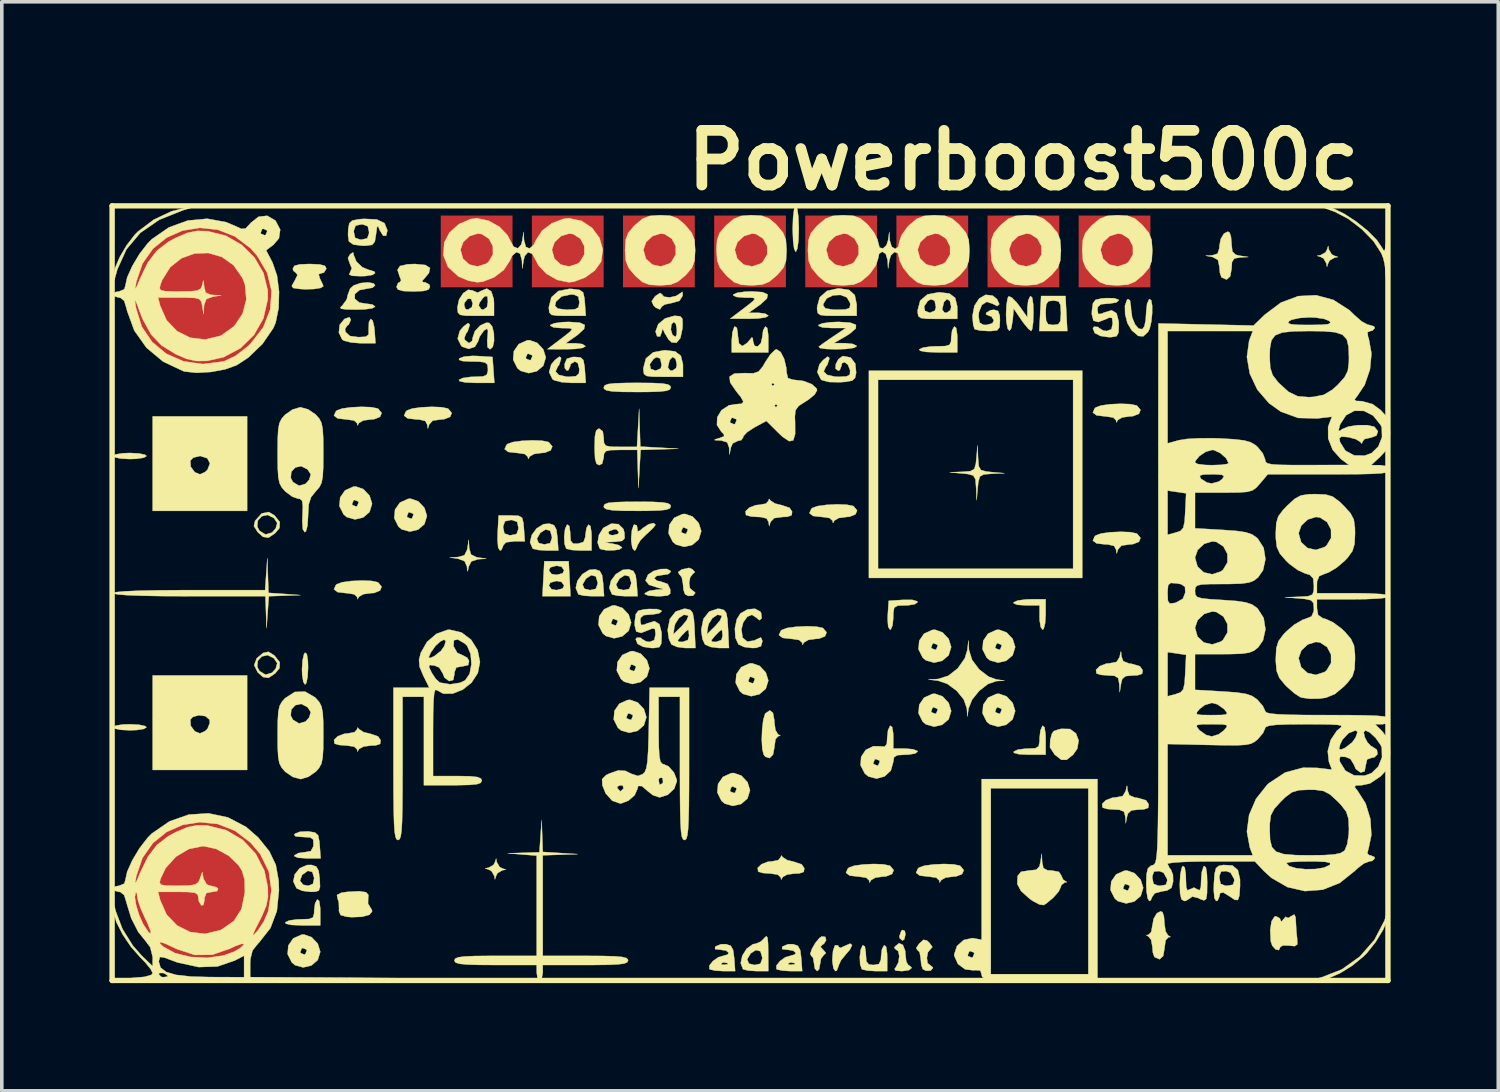
<source format=kicad_pcb>
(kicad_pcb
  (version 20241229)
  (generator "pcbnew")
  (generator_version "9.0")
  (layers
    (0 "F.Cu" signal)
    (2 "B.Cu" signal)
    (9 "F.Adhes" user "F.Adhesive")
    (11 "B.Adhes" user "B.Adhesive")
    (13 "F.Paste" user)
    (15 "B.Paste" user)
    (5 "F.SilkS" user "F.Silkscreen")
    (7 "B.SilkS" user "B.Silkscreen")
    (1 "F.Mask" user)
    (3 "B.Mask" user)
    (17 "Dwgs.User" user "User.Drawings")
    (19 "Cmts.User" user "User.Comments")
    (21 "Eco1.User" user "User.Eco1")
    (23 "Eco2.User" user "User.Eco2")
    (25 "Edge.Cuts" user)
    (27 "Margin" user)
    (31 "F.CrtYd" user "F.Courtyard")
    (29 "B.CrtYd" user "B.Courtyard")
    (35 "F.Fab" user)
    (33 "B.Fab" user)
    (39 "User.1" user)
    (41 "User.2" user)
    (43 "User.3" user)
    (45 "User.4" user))
  (footprint "Powerboost500c"
    (layer "F.Cu")
    (at 17.855 11.578)
    (property "Reference" "Powerboost500c" (at 7.62 -10.16 0) (layer "F.SilkS") (effects (font (size 1.524 1.524) (thickness 0.3))))
    (attr through_hole)
    (fp_line (start -17.78 -8.89) (end 17.78 -8.89) (stroke (width 0.15) (type solid)) (layer "F.SilkS"))
    (fp_line (start -17.78 12.7) (end -17.78 -8.89) (stroke (width 0.15) (type solid)) (layer "F.SilkS"))
    (fp_line (start 17.78 -8.89) (end 17.78 12.7) (stroke (width 0.15) (type solid)) (layer "F.SilkS"))
    (fp_line (start 17.78 12.7) (end -17.78 12.7) (stroke (width 0.15) (type solid)) (layer "F.SilkS"))
    (fp_poly (pts (xy 4.314 11.318) (xy 4.332 11.414) (xy 4.298 11.555) (xy 4.247 11.589) (xy 4.171 11.521) (xy 4.163 11.467) (xy 4.214 11.322) (xy 4.247 11.292) (xy 4.314 11.318)) (stroke (width 0.01) (type solid)) (fill yes) (layer "F.SilkS"))
    (fp_poly (pts (xy 9.26 1.48) (xy 3.313 1.48) (xy 3.313 -4.041) (xy 3.568 -4.041) (xy 3.568 1.225) (xy 9.005 1.225) (xy 9.005 -4.041) (xy 3.568 -4.041) (xy 3.313 -4.041) (xy 3.313 -4.296) (xy 9.26 -4.296) (xy 9.26 1.48)) (stroke (width 0.01) (type solid)) (fill yes) (layer "F.SilkS"))
    (fp_poly (pts (xy -17.031 -1.989) (xy -16.862 -1.953) (xy -16.82 -1.918) (xy -16.897 -1.871) (xy -17.095 -1.84) (xy -17.287 -1.833) (xy -17.543 -1.847) (xy -17.713 -1.883) (xy -17.755 -1.918) (xy -17.678 -1.964) (xy -17.48 -1.995) (xy -17.287 -2.003) (xy -17.031 -1.989)) (stroke (width 0.01) (type solid)) (fill yes) (layer "F.SilkS"))
    (fp_poly (pts (xy -17.031 5.572) (xy -16.862 5.608) (xy -16.82 5.643) (xy -16.897 5.689) (xy -17.095 5.72) (xy -17.287 5.728) (xy -17.543 5.714) (xy -17.713 5.678) (xy -17.755 5.643) (xy -17.678 5.596) (xy -17.48 5.565) (xy -17.287 5.558) (xy -17.031 5.572)) (stroke (width 0.01) (type solid)) (fill yes) (layer "F.SilkS"))
    (fp_poly (pts (xy -12.352 3.605) (xy -12.323 3.798) (xy -12.318 3.981) (xy -12.332 4.239) (xy -12.367 4.41) (xy -12.403 4.453) (xy -12.451 4.377) (xy -12.482 4.182) (xy -12.488 4.034) (xy -12.472 3.78) (xy -12.431 3.604) (xy -12.403 3.562) (xy -12.352 3.605)) (stroke (width 0.01) (type solid)) (fill yes) (layer "F.SilkS"))
    (fp_poly (pts (xy 8.917 5.691) (xy 9.085 5.813) (xy 9.16 6.011) (xy 9.122 6.239) (xy 9.005 6.407) (xy 8.826 6.549) (xy 8.675 6.549) (xy 8.493 6.406) (xy 8.488 6.4) (xy 8.36 6.203) (xy 8.367 5.997) (xy 8.413 5.822) (xy 8.469 5.746) (xy 8.599 5.704) (xy 8.674 5.686) (xy 8.917 5.691)) (stroke (width 0.01) (type solid)) (fill yes) (layer "F.SilkS"))
    (fp_poly (pts (xy 1.317 -8.805) (xy 1.347 -8.591) (xy 1.359 -8.276) (xy 1.359 -8.247) (xy 1.349 -7.925) (xy 1.32 -7.702) (xy 1.278 -7.61) (xy 1.274 -7.609) (xy 1.231 -7.688) (xy 1.202 -7.902) (xy 1.189 -8.217) (xy 1.189 -8.247) (xy 1.2 -8.568) (xy 1.228 -8.791) (xy 1.27 -8.883) (xy 1.274 -8.884) (xy 1.317 -8.805)) (stroke (width 0.01) (type solid)) (fill yes) (layer "F.SilkS"))
    (fp_poly (pts (xy 8.24 2.5) (xy 8.225 2.742) (xy 8.186 2.896) (xy 8.155 2.924) (xy 8.102 2.849) (xy 8.072 2.661) (xy 8.07 2.585) (xy 8.07 2.245) (xy 7.683 2.245) (xy 7.447 2.229) (xy 7.345 2.184) (xy 7.348 2.16) (xy 7.457 2.111) (xy 7.676 2.08) (xy 7.82 2.075) (xy 8.24 2.075) (xy 8.24 2.5)) (stroke (width 0.01) (type solid)) (fill yes) (layer "F.SilkS"))
    (fp_poly (pts (xy -12.009 10.483) (xy -11.981 10.668) (xy -11.978 10.777) (xy -11.978 11.165) (xy -12.493 11.165) (xy -12.785 11.152) (xy -12.939 11.117) (xy -12.955 11.08) (xy -12.845 11.028) (xy -12.629 10.998) (xy -12.525 10.995) (xy -12.292 10.987) (xy -12.182 10.943) (xy -12.15 10.832) (xy -12.148 10.745) (xy -12.122 10.549) (xy -12.063 10.442) (xy -12.009 10.483)) (stroke (width 0.01) (type solid)) (fill yes) (layer "F.SilkS"))
    (fp_poly (pts (xy 5.746 -5.488) (xy 5.774 -5.303) (xy 5.777 -5.193) (xy 5.777 -4.806) (xy 5.219 -4.806) (xy 4.909 -4.818) (xy 4.739 -4.851) (xy 4.715 -4.891) (xy 4.824 -4.94) (xy 5.042 -4.971) (xy 5.187 -4.976) (xy 5.437 -4.982) (xy 5.56 -5.017) (xy 5.602 -5.108) (xy 5.607 -5.226) (xy 5.633 -5.422) (xy 5.692 -5.528) (xy 5.746 -5.488)) (stroke (width 0.01) (type solid)) (fill yes) (layer "F.SilkS"))
    (fp_poly (pts (xy -15.801 -8.769) (xy -16.466 -8.503) (xy -16.993 -8.14) (xy -17.382 -7.678) (xy -17.636 -7.116) (xy -17.675 -6.972) (xy -17.718 -6.82) (xy -17.739 -6.827) (xy -17.746 -6.911) (xy -17.7 -7.153) (xy -17.567 -7.465) (xy -17.374 -7.792) (xy -17.151 -8.082) (xy -17.061 -8.174) (xy -16.62 -8.505) (xy -16.122 -8.74) (xy -15.754 -8.833) (xy -15.418 -8.882) (xy -15.801 -8.769)) (stroke (width 0.01) (type solid)) (fill yes) (layer "F.SilkS"))
    (fp_poly (pts (xy -14.017 -0.389) (xy -16.65 -0.389) (xy -16.65 -1.789) (xy -15.6 -1.789) (xy -15.589 -1.619) (xy -15.476 -1.466) (xy -15.333 -1.408) (xy -15.194 -1.468) (xy -15.122 -1.534) (xy -15.053 -1.712) (xy -15.128 -1.856) (xy -15.322 -1.918) (xy -15.333 -1.918) (xy -15.516 -1.873) (xy -15.6 -1.789) (xy -16.65 -1.789) (xy -16.65 -3.022) (xy -14.017 -3.022) (xy -14.017 -0.389)) (stroke (width 0.01) (type solid)) (fill yes) (layer "F.SilkS"))
    (fp_poly (pts (xy -14.017 6.832) (xy -16.65 6.832) (xy -16.65 5.431) (xy -15.6 5.431) (xy -15.589 5.602) (xy -15.476 5.755) (xy -15.333 5.813) (xy -15.194 5.753) (xy -15.122 5.686) (xy -15.056 5.52) (xy -15.066 5.431) (xy -15.181 5.332) (xy -15.366 5.307) (xy -15.536 5.357) (xy -15.6 5.431) (xy -16.65 5.431) (xy -16.65 4.199) (xy -14.017 4.199) (xy -14.017 6.832)) (stroke (width 0.01) (type solid)) (fill yes) (layer "F.SilkS"))
    (fp_poly (pts (xy -11.043 -7.512) (xy -10.973 -7.339) (xy -10.808 -7.181) (xy -10.616 -7.101) (xy -10.591 -7.1) (xy -10.469 -7.058) (xy -10.449 -7.015) (xy -10.525 -6.965) (xy -10.718 -6.934) (xy -10.848 -6.93) (xy -11.086 -6.94) (xy -11.175 -6.976) (xy -11.152 -7.026) (xy -11.1 -7.151) (xy -11.154 -7.278) (xy -11.208 -7.434) (xy -11.148 -7.539) (xy -11.063 -7.595) (xy -11.043 -7.512)) (stroke (width 0.01) (type solid)) (fill yes) (layer "F.SilkS"))
    (fp_poly (pts (xy 4.524 2.092) (xy 4.659 2.131) (xy 4.672 2.155) (xy 4.597 2.211) (xy 4.409 2.243) (xy 4.332 2.245) (xy 4.115 2.253) (xy 4.018 2.31) (xy 3.993 2.466) (xy 3.993 2.585) (xy 3.973 2.797) (xy 3.923 2.916) (xy 3.903 2.924) (xy 3.851 2.846) (xy 3.835 2.635) (xy 3.839 2.521) (xy 3.865 2.117) (xy 4.269 2.091) (xy 4.524 2.092)) (stroke (width 0.01) (type solid)) (fill yes) (layer "F.SilkS"))
    (fp_poly (pts (xy 8.208 5.642) (xy 8.236 5.832) (xy 8.24 5.978) (xy 8.24 6.407) (xy 7.768 6.407) (xy 7.493 6.394) (xy 7.356 6.356) (xy 7.348 6.322) (xy 7.46 6.268) (xy 7.671 6.239) (xy 7.735 6.237) (xy 7.951 6.228) (xy 8.046 6.171) (xy 8.07 6.023) (xy 8.07 5.945) (xy 8.093 5.734) (xy 8.148 5.606) (xy 8.155 5.6) (xy 8.208 5.642)) (stroke (width 0.01) (type solid)) (fill yes) (layer "F.SilkS"))
    (fp_poly (pts (xy -7.828 0.646) (xy -7.779 0.825) (xy -7.624 0.902) (xy -7.582 0.91) (xy -7.348 0.945) (xy -7.576 0.958) (xy -7.767 1.018) (xy -7.84 1.162) (xy -7.869 1.297) (xy -7.882 1.267) (xy -7.889 1.167) (xy -7.956 1.013) (xy -8.134 0.946) (xy -8.368 0.911) (xy -8.14 0.898) (xy -7.961 0.849) (xy -7.884 0.694) (xy -7.876 0.652) (xy -7.841 0.418) (xy -7.828 0.646)) (stroke (width 0.01) (type solid)) (fill yes) (layer "F.SilkS"))
    (fp_poly (pts (xy -1.609 1.238) (xy -1.536 1.319) (xy -1.593 1.366) (xy -1.668 1.463) (xy -1.697 1.622) (xy -1.677 1.766) (xy -1.614 1.82) (xy -1.532 1.885) (xy -1.529 1.905) (xy -1.593 1.978) (xy -1.725 1.981) (xy -1.812 1.933) (xy -1.854 1.814) (xy -1.869 1.643) (xy -1.903 1.46) (xy -1.975 1.374) (xy -2.004 1.318) (xy -1.907 1.246) (xy -1.699 1.2) (xy -1.609 1.238)) (stroke (width 0.01) (type solid)) (fill yes) (layer "F.SilkS"))
    (fp_poly (pts (xy 2.844 11.714) (xy 2.783 11.842) (xy 2.681 11.959) (xy 2.535 12.139) (xy 2.465 12.292) (xy 2.464 12.307) (xy 2.419 12.423) (xy 2.379 12.439) (xy 2.325 12.363) (xy 2.296 12.176) (xy 2.294 12.104) (xy 2.313 11.878) (xy 2.362 11.733) (xy 2.379 11.717) (xy 2.457 11.724) (xy 2.464 11.755) (xy 2.519 11.794) (xy 2.63 11.742) (xy 2.791 11.672) (xy 2.844 11.714)) (stroke (width 0.01) (type solid)) (fill yes) (layer "F.SilkS"))
    (fp_poly (pts (xy -10.704 10.24) (xy -10.636 10.315) (xy -10.643 10.4) (xy -10.647 10.558) (xy -10.611 10.617) (xy -10.539 10.736) (xy -10.534 10.778) (xy -10.611 10.87) (xy -10.814 10.925) (xy -11.103 10.936) (xy -11.24 10.925) (xy -11.413 10.877) (xy -11.459 10.762) (xy -11.455 10.712) (xy -11.462 10.518) (xy -11.493 10.427) (xy -11.513 10.319) (xy -11.394 10.255) (xy -11.213 10.229) (xy -10.888 10.213) (xy -10.704 10.24)) (stroke (width 0.01) (type solid)) (fill yes) (layer "F.SilkS"))
    (fp_poly (pts (xy -7.063 9.367) (xy -7.061 9.396) (xy -6.981 9.536) (xy -6.902 9.577) (xy -6.803 9.609) (xy -6.867 9.623) (xy -6.896 9.626) (xy -7.036 9.705) (xy -7.077 9.784) (xy -7.109 9.883) (xy -7.124 9.819) (xy -7.126 9.79) (xy -7.206 9.65) (xy -7.284 9.609) (xy -7.384 9.577) (xy -7.319 9.562) (xy -7.291 9.56) (xy -7.15 9.48) (xy -7.109 9.402) (xy -7.077 9.303) (xy -7.063 9.367)) (stroke (width 0.01) (type solid)) (fill yes) (layer "F.SilkS"))
    (fp_poly (pts (xy -2.725 -3.953) (xy -2.449 -3.94) (xy -2.29 -3.913) (xy -2.22 -3.869) (xy -2.209 -3.829) (xy -2.235 -3.772) (xy -2.333 -3.735) (xy -2.53 -3.713) (xy -2.851 -3.703) (xy -3.143 -3.702) (xy -3.561 -3.705) (xy -3.837 -3.719) (xy -3.996 -3.745) (xy -4.067 -3.789) (xy -4.078 -3.829) (xy -4.051 -3.886) (xy -3.953 -3.924) (xy -3.757 -3.945) (xy -3.435 -3.955) (xy -3.143 -3.957) (xy -2.725 -3.953)) (stroke (width 0.01) (type solid)) (fill yes) (layer "F.SilkS"))
    (fp_poly (pts (xy -2.725 -0.64) (xy -2.449 -0.626) (xy -2.29 -0.6) (xy -2.22 -0.556) (xy -2.209 -0.516) (xy -2.235 -0.459) (xy -2.333 -0.421) (xy -2.53 -0.4) (xy -2.851 -0.39) (xy -3.143 -0.389) (xy -3.561 -0.392) (xy -3.837 -0.406) (xy -3.996 -0.432) (xy -4.067 -0.476) (xy -4.078 -0.516) (xy -4.051 -0.573) (xy -3.953 -0.611) (xy -3.757 -0.632) (xy -3.435 -0.642) (xy -3.143 -0.643) (xy -2.725 -0.64)) (stroke (width 0.01) (type solid)) (fill yes) (layer "F.SilkS"))
    (fp_poly (pts (xy 4.926 11.583) (xy 5 11.65) (xy 5.083 11.767) (xy 5.033 11.823) (xy 4.958 11.914) (xy 4.929 12.071) (xy 4.949 12.215) (xy 5.012 12.269) (xy 5.095 12.334) (xy 5.097 12.354) (xy 5.033 12.427) (xy 4.901 12.429) (xy 4.814 12.382) (xy 4.772 12.263) (xy 4.757 12.085) (xy 4.727 11.912) (xy 4.659 11.844) (xy 4.633 11.794) (xy 4.711 11.678) (xy 4.832 11.567) (xy 4.926 11.583)) (stroke (width 0.01) (type solid)) (fill yes) (layer "F.SilkS"))
    (fp_poly (pts (xy 16.128 -7.708) (xy 16.131 -7.679) (xy 16.211 -7.539) (xy 16.289 -7.498) (xy 16.388 -7.466) (xy 16.324 -7.451) (xy 16.295 -7.449) (xy 16.155 -7.369) (xy 16.114 -7.291) (xy 16.082 -7.192) (xy 16.067 -7.256) (xy 16.065 -7.285) (xy 15.985 -7.425) (xy 15.907 -7.466) (xy 15.808 -7.498) (xy 15.872 -7.512) (xy 15.901 -7.515) (xy 16.041 -7.594) (xy 16.082 -7.673) (xy 16.114 -7.772) (xy 16.128 -7.708)) (stroke (width 0.01) (type solid)) (fill yes) (layer "F.SilkS"))
    (fp_poly (pts (xy 17.824 10.637) (xy 17.831 10.721) (xy 17.784 10.972) (xy 17.643 11.291) (xy 17.437 11.628) (xy 17.193 11.935) (xy 17.103 12.026) (xy 16.783 12.288) (xy 16.436 12.502) (xy 16.111 12.642) (xy 15.868 12.685) (xy 15.762 12.673) (xy 15.81 12.645) (xy 15.928 12.614) (xy 16.494 12.393) (xy 16.995 12.035) (xy 17.402 11.57) (xy 17.685 11.027) (xy 17.76 10.782) (xy 17.803 10.63) (xy 17.824 10.637)) (stroke (width 0.01) (type solid)) (fill yes) (layer "F.SilkS"))
    (fp_poly (pts (xy -1.878 -6.405) (xy -1.883 -6.378) (xy -1.968 -6.242) (xy -2.182 -6.182) (xy -2.188 -6.181) (xy -2.376 -6.141) (xy -2.463 -6.081) (xy -2.464 -6.075) (xy -2.511 -6.002) (xy -2.626 -6.052) (xy -2.692 -6.117) (xy -2.741 -6.231) (xy -2.656 -6.357) (xy -2.629 -6.382) (xy -2.507 -6.462) (xy -2.464 -6.433) (xy -2.396 -6.357) (xy -2.238 -6.339) (xy -2.061 -6.379) (xy -1.963 -6.441) (xy -1.883 -6.495) (xy -1.878 -6.405)) (stroke (width 0.01) (type solid)) (fill yes) (layer "F.SilkS"))
    (fp_poly (pts (xy 2.099 11.485) (xy 2.121 11.578) (xy 2.059 11.68) (xy 2.018 11.703) (xy 1.963 11.763) (xy 2.039 11.844) (xy 2.116 11.935) (xy 2.06 11.985) (xy 1.978 12.094) (xy 1.954 12.233) (xy 1.924 12.39) (xy 1.869 12.439) (xy 1.805 12.366) (xy 1.784 12.226) (xy 1.757 12.067) (xy 1.706 12.014) (xy 1.678 11.956) (xy 1.726 11.818) (xy 1.82 11.655) (xy 1.931 11.52) (xy 1.998 11.473) (xy 2.099 11.485)) (stroke (width 0.01) (type solid)) (fill yes) (layer "F.SilkS"))
    (fp_poly (pts (xy 4.26 11.708) (xy 4.325 11.875) (xy 4.332 11.972) (xy 4.354 12.168) (xy 4.406 12.266) (xy 4.417 12.269) (xy 4.5 12.334) (xy 4.502 12.354) (xy 4.428 12.412) (xy 4.248 12.439) (xy 4.231 12.439) (xy 4.056 12.426) (xy 4.028 12.377) (xy 4.061 12.337) (xy 4.137 12.194) (xy 4.16 12.018) (xy 4.129 11.88) (xy 4.073 11.844) (xy 4.022 11.792) (xy 4.035 11.759) (xy 4.152 11.661) (xy 4.26 11.708)) (stroke (width 0.01) (type solid)) (fill yes) (layer "F.SilkS"))
    (fp_poly (pts (xy -10.557 -3.279) (xy -10.38 -3.243) (xy -10.366 -3.236) (xy -10.267 -3.118) (xy -10.313 -3.009) (xy -10.479 -2.943) (xy -10.569 -2.937) (xy -10.777 -2.909) (xy -10.897 -2.84) (xy -10.902 -2.831) (xy -10.941 -2.768) (xy -10.952 -2.831) (xy -11.034 -2.906) (xy -11.238 -2.937) (xy -11.251 -2.937) (xy -11.495 -2.966) (xy -11.597 -3.044) (xy -11.545 -3.161) (xy -11.515 -3.188) (xy -11.368 -3.241) (xy -11.116 -3.276) (xy -10.824 -3.289) (xy -10.557 -3.279)) (stroke (width 0.01) (type solid)) (fill yes) (layer "F.SilkS"))
    (fp_poly (pts (xy -10.557 1.563) (xy -10.38 1.599) (xy -10.366 1.607) (xy -10.267 1.724) (xy -10.313 1.833) (xy -10.479 1.899) (xy -10.569 1.905) (xy -10.777 1.933) (xy -10.897 2.002) (xy -10.902 2.011) (xy -10.941 2.074) (xy -10.952 2.011) (xy -11.034 1.936) (xy -11.238 1.905) (xy -11.251 1.905) (xy -11.495 1.876) (xy -11.597 1.798) (xy -11.545 1.681) (xy -11.515 1.654) (xy -11.368 1.601) (xy -11.116 1.566) (xy -10.824 1.553) (xy -10.557 1.563)) (stroke (width 0.01) (type solid)) (fill yes) (layer "F.SilkS"))
    (fp_poly (pts (xy -5.8 -2.345) (xy -5.623 -2.309) (xy -5.608 -2.301) (xy -5.51 -2.184) (xy -5.556 -2.075) (xy -5.722 -2.009) (xy -5.812 -2.003) (xy -6.019 -1.975) (xy -6.14 -1.906) (xy -6.145 -1.897) (xy -6.183 -1.834) (xy -6.195 -1.897) (xy -6.277 -1.972) (xy -6.481 -2.003) (xy -6.494 -2.003) (xy -6.738 -2.031) (xy -6.84 -2.11) (xy -6.788 -2.227) (xy -6.758 -2.254) (xy -6.61 -2.307) (xy -6.358 -2.341) (xy -6.067 -2.355) (xy -5.8 -2.345)) (stroke (width 0.01) (type solid)) (fill yes) (layer "F.SilkS"))
    (fp_poly (pts (xy -2.633 -0.001) (xy -2.692 0.079) (xy -2.838 0.219) (xy -2.888 0.262) (xy -3.053 0.428) (xy -3.139 0.572) (xy -3.143 0.596) (xy -3.192 0.704) (xy -3.228 0.716) (xy -3.282 0.64) (xy -3.311 0.453) (xy -3.313 0.381) (xy -3.293 0.155) (xy -3.244 0.01) (xy -3.228 -0.006) (xy -3.157 0.015) (xy -3.143 0.087) (xy -3.131 0.184) (xy -3.066 0.16) (xy -2.988 0.092) (xy -2.828 -0.015) (xy -2.691 -0.05) (xy -2.633 -0.001)) (stroke (width 0.01) (type solid)) (fill yes) (layer "F.SilkS"))
    (fp_poly (pts (xy 0.639 5.243) (xy 0.679 5.459) (xy 0.68 5.513) (xy 0.708 5.719) (xy 0.778 5.837) (xy 0.786 5.841) (xy 0.848 5.88) (xy 0.786 5.891) (xy 0.711 5.973) (xy 0.68 6.18) (xy 0.68 6.195) (xy 0.641 6.404) (xy 0.546 6.502) (xy 0.428 6.465) (xy 0.381 6.406) (xy 0.341 6.246) (xy 0.327 5.988) (xy 0.338 5.696) (xy 0.369 5.435) (xy 0.42 5.268) (xy 0.428 5.256) (xy 0.552 5.172) (xy 0.639 5.243)) (stroke (width 0.01) (type solid)) (fill yes) (layer "F.SilkS"))
    (fp_poly (pts (xy 1.846 2.837) (xy 2.023 2.873) (xy 2.037 2.881) (xy 2.135 2.998) (xy 2.09 3.107) (xy 1.924 3.173) (xy 1.833 3.179) (xy 1.626 3.207) (xy 1.505 3.276) (xy 1.5 3.285) (xy 1.462 3.348) (xy 1.451 3.285) (xy 1.369 3.21) (xy 1.165 3.179) (xy 1.152 3.179) (xy 0.907 3.151) (xy 0.805 3.072) (xy 0.858 2.955) (xy 0.888 2.928) (xy 1.035 2.875) (xy 1.287 2.841) (xy 1.579 2.827) (xy 1.846 2.837)) (stroke (width 0.01) (type solid)) (fill yes) (layer "F.SilkS"))
    (fp_poly (pts (xy 2.695 -0.561) (xy 2.872 -0.525) (xy 2.887 -0.517) (xy 2.985 -0.4) (xy 2.939 -0.291) (xy 2.773 -0.225) (xy 2.683 -0.219) (xy 2.475 -0.191) (xy 2.355 -0.122) (xy 2.35 -0.113) (xy 2.312 -0.05) (xy 2.3 -0.113) (xy 2.218 -0.188) (xy 2.014 -0.219) (xy 2.001 -0.219) (xy 1.757 -0.247) (xy 1.655 -0.326) (xy 1.707 -0.443) (xy 1.737 -0.47) (xy 1.885 -0.523) (xy 2.137 -0.557) (xy 2.428 -0.571) (xy 2.695 -0.561)) (stroke (width 0.01) (type solid)) (fill yes) (layer "F.SilkS"))
    (fp_poly (pts (xy 3.715 9.463) (xy 3.892 9.499) (xy 3.906 9.507) (xy 4.004 9.624) (xy 3.959 9.733) (xy 3.792 9.799) (xy 3.702 9.805) (xy 3.495 9.833) (xy 3.374 9.902) (xy 3.369 9.912) (xy 3.331 9.974) (xy 3.32 9.912) (xy 3.238 9.836) (xy 3.034 9.805) (xy 3.021 9.805) (xy 2.776 9.777) (xy 2.674 9.698) (xy 2.726 9.581) (xy 2.757 9.554) (xy 2.904 9.501) (xy 3.156 9.467) (xy 3.448 9.453) (xy 3.715 9.463)) (stroke (width 0.01) (type solid)) (fill yes) (layer "F.SilkS"))
    (fp_poly (pts (xy 5.668 9.463) (xy 5.846 9.499) (xy 5.86 9.507) (xy 5.958 9.624) (xy 5.912 9.733) (xy 5.746 9.799) (xy 5.656 9.805) (xy 5.449 9.833) (xy 5.328 9.902) (xy 5.323 9.912) (xy 5.285 9.974) (xy 5.274 9.912) (xy 5.192 9.836) (xy 4.987 9.805) (xy 4.975 9.805) (xy 4.73 9.777) (xy 4.628 9.698) (xy 4.68 9.581) (xy 4.71 9.554) (xy 4.858 9.501) (xy 5.11 9.467) (xy 5.402 9.453) (xy 5.668 9.463)) (stroke (width 0.01) (type solid)) (fill yes) (layer "F.SilkS"))
    (fp_poly (pts (xy 10.596 -3.364) (xy 10.773 -3.328) (xy 10.787 -3.32) (xy 10.885 -3.203) (xy 10.84 -3.094) (xy 10.673 -3.028) (xy 10.583 -3.022) (xy 10.376 -2.994) (xy 10.255 -2.925) (xy 10.25 -2.916) (xy 10.212 -2.853) (xy 10.201 -2.916) (xy 10.119 -2.991) (xy 9.914 -3.022) (xy 9.902 -3.022) (xy 9.657 -3.051) (xy 9.555 -3.129) (xy 9.607 -3.246) (xy 9.638 -3.273) (xy 9.785 -3.326) (xy 10.037 -3.361) (xy 10.329 -3.374) (xy 10.596 -3.364)) (stroke (width 0.01) (type solid)) (fill yes) (layer "F.SilkS"))
    (fp_poly (pts (xy -12.307 8.546) (xy -12.126 8.576) (xy -12.038 8.655) (xy -12.002 8.833) (xy -11.994 8.935) (xy -11.968 9.296) (xy -12.36 9.296) (xy -12.599 9.28) (xy -12.702 9.236) (xy -12.7 9.211) (xy -12.584 9.148) (xy -12.416 9.126) (xy -12.24 9.093) (xy -12.173 8.964) (xy -12.167 8.913) (xy -12.174 8.773) (xy -12.258 8.713) (xy -12.463 8.701) (xy -12.662 8.686) (xy -12.707 8.638) (xy -12.685 8.61) (xy -12.544 8.555) (xy -12.324 8.545) (xy -12.307 8.546)) (stroke (width 0.01) (type solid)) (fill yes) (layer "F.SilkS"))
    (fp_poly (pts (xy -9.05 -7.242) (xy -8.92 -7.159) (xy -8.949 -7.019) (xy -9.053 -6.893) (xy -9.142 -6.792) (xy -9.104 -6.761) (xy -9.053 -6.76) (xy -8.937 -6.695) (xy -8.92 -6.632) (xy -8.962 -6.556) (xy -9.109 -6.516) (xy -9.387 -6.505) (xy -9.669 -6.516) (xy -9.814 -6.557) (xy -9.854 -6.632) (xy -9.807 -6.745) (xy -9.766 -6.76) (xy -9.724 -6.816) (xy -9.77 -6.932) (xy -9.826 -7.106) (xy -9.757 -7.213) (xy -9.546 -7.262) (xy -9.339 -7.27) (xy -9.05 -7.242)) (stroke (width 0.01) (type solid)) (fill yes) (layer "F.SilkS"))
    (fp_poly (pts (xy -8.603 -3.279) (xy -8.426 -3.243) (xy -8.412 -3.236) (xy -8.313 -3.118) (xy -8.359 -3.009) (xy -8.525 -2.944) (xy -8.616 -2.937) (xy -8.845 -2.904) (xy -8.945 -2.794) (xy -8.946 -2.788) (xy -8.978 -2.684) (xy -8.992 -2.744) (xy -8.995 -2.788) (xy -9.051 -2.895) (xy -9.225 -2.935) (xy -9.297 -2.937) (xy -9.542 -2.966) (xy -9.643 -3.044) (xy -9.591 -3.161) (xy -9.561 -3.188) (xy -9.414 -3.241) (xy -9.162 -3.276) (xy -8.87 -3.289) (xy -8.603 -3.279)) (stroke (width 0.01) (type solid)) (fill yes) (layer "F.SilkS"))
    (fp_poly (pts (xy 10.596 0.204) (xy 10.773 0.24) (xy 10.787 0.247) (xy 10.885 0.365) (xy 10.84 0.474) (xy 10.673 0.539) (xy 10.582 0.546) (xy 10.354 0.579) (xy 10.254 0.689) (xy 10.253 0.694) (xy 10.22 0.799) (xy 10.207 0.739) (xy 10.204 0.694) (xy 10.148 0.588) (xy 9.974 0.547) (xy 9.902 0.546) (xy 9.657 0.517) (xy 9.555 0.439) (xy 9.607 0.322) (xy 9.638 0.295) (xy 9.785 0.242) (xy 10.037 0.207) (xy 10.329 0.194) (xy 10.596 0.204)) (stroke (width 0.01) (type solid)) (fill yes) (layer "F.SilkS"))
    (fp_poly (pts (xy -13.422 1.896) (xy -12.976 1.927) (xy -12.53 1.959) (xy -13.413 1.99) (xy -13.444 2.436) (xy -13.476 2.882) (xy -13.491 2.436) (xy -13.507 1.99) (xy -15.631 1.99) (xy -16.348 1.987) (xy -16.926 1.977) (xy -17.357 1.961) (xy -17.635 1.939) (xy -17.751 1.911) (xy -17.755 1.905) (xy -17.671 1.876) (xy -17.425 1.853) (xy -17.023 1.836) (xy -16.474 1.825) (xy -15.784 1.82) (xy -15.635 1.82) (xy -13.516 1.82) (xy -13.485 1.374) (xy -13.454 0.928) (xy -13.422 1.896)) (stroke (width 0.01) (type solid)) (fill yes) (layer "F.SilkS"))
    (fp_poly (pts (xy -13.257 -0.266) (xy -13.107 -0.078) (xy -13.116 0.09) (xy -13.238 0.235) (xy -13.42 0.358) (xy -13.575 0.335) (xy -13.724 0.201) (xy -13.817 0.051) (xy -13.735 0.051) (xy -13.673 0.168) (xy -13.503 0.269) (xy -13.323 0.216) (xy -13.22 0.101) (xy -13.178 -0.049) (xy -13.268 -0.186) (xy -13.443 -0.275) (xy -13.608 -0.24) (xy -13.72 -0.118) (xy -13.735 0.051) (xy -13.817 0.051) (xy -13.828 0.034) (xy -13.795 -0.112) (xy -13.608 -0.319) (xy -13.415 -0.357) (xy -13.257 -0.266)) (stroke (width 0.01) (type solid)) (fill yes) (layer "F.SilkS"))
    (fp_poly (pts (xy -13.257 3.642) (xy -13.107 3.83) (xy -13.116 3.998) (xy -13.238 4.143) (xy -13.42 4.266) (xy -13.575 4.243) (xy -13.724 4.109) (xy -13.797 3.959) (xy -13.735 3.959) (xy -13.673 4.076) (xy -13.503 4.177) (xy -13.323 4.123) (xy -13.22 4.009) (xy -13.178 3.859) (xy -13.268 3.721) (xy -13.443 3.632) (xy -13.608 3.668) (xy -13.72 3.789) (xy -13.735 3.959) (xy -13.797 3.959) (xy -13.821 3.911) (xy -13.749 3.719) (xy -13.57 3.571) (xy -13.423 3.538) (xy -13.257 3.642)) (stroke (width 0.01) (type solid)) (fill yes) (layer "F.SilkS"))
    (fp_poly (pts (xy -7.594 -4.705) (xy -7.178 -4.679) (xy -7.152 -4.318) (xy -7.126 -3.957) (xy -7.646 -3.957) (xy -7.94 -3.969) (xy -8.096 -4.004) (xy -8.113 -4.041) (xy -8.003 -4.093) (xy -7.787 -4.123) (xy -7.683 -4.126) (xy -7.449 -4.136) (xy -7.339 -4.18) (xy -7.307 -4.285) (xy -7.306 -4.339) (xy -7.319 -4.463) (xy -7.386 -4.526) (xy -7.551 -4.549) (xy -7.747 -4.551) (xy -8.009 -4.563) (xy -8.114 -4.599) (xy -8.099 -4.641) (xy -7.967 -4.689) (xy -7.732 -4.709) (xy -7.594 -4.705)) (stroke (width 0.01) (type solid)) (fill yes) (layer "F.SilkS"))
    (fp_poly (pts (xy -4.448 0.034) (xy -4.42 0.219) (xy -4.417 0.328) (xy -4.417 0.716) (xy -4.743 0.716) (xy -4.968 0.702) (xy -5.111 0.669) (xy -5.125 0.659) (xy -5.171 0.529) (xy -5.18 0.321) (xy -5.155 0.117) (xy -5.101 -0.004) (xy -5.097 -0.006) (xy -5.039 0.029) (xy -5.013 0.202) (xy -5.012 0.243) (xy -4.998 0.443) (xy -4.933 0.522) (xy -4.8 0.526) (xy -4.641 0.477) (xy -4.589 0.333) (xy -4.587 0.277) (xy -4.559 0.088) (xy -4.502 -0.006) (xy -4.448 0.034)) (stroke (width 0.01) (type solid)) (fill yes) (layer "F.SilkS"))
    (fp_poly (pts (xy 3.792 11.757) (xy 3.82 11.942) (xy 3.823 12.051) (xy 3.823 12.439) (xy 3.497 12.439) (xy 3.273 12.425) (xy 3.129 12.392) (xy 3.115 12.382) (xy 3.069 12.252) (xy 3.06 12.044) (xy 3.085 11.84) (xy 3.139 11.719) (xy 3.143 11.717) (xy 3.201 11.753) (xy 3.227 11.926) (xy 3.228 11.967) (xy 3.243 12.17) (xy 3.312 12.254) (xy 3.44 12.269) (xy 3.593 12.241) (xy 3.648 12.122) (xy 3.653 12.019) (xy 3.679 11.823) (xy 3.738 11.717) (xy 3.792 11.757)) (stroke (width 0.01) (type solid)) (fill yes) (layer "F.SilkS"))
    (fp_poly (pts (xy 6.103 3.491) (xy 6.189 3.766) (xy 6.388 4.031) (xy 6.648 4.231) (xy 6.861 4.308) (xy 7.093 4.343) (xy 6.866 4.356) (xy 6.629 4.439) (xy 6.386 4.629) (xy 6.189 4.873) (xy 6.092 5.113) (xy 6.057 5.345) (xy 6.044 5.118) (xy 5.958 4.87) (xy 5.759 4.625) (xy 5.498 4.433) (xy 5.244 4.345) (xy 4.97 4.311) (xy 5.239 4.297) (xy 5.525 4.208) (xy 5.79 4) (xy 5.985 3.723) (xy 6.055 3.497) (xy 6.089 3.222) (xy 6.103 3.491)) (stroke (width 0.01) (type solid)) (fill yes) (layer "F.SilkS"))
    (fp_poly (pts (xy 6.356 -1.859) (xy 6.374 -1.635) (xy 6.435 -1.527) (xy 6.588 -1.485) (xy 6.732 -1.47) (xy 7.093 -1.438) (xy 6.737 -1.423) (xy 6.513 -1.405) (xy 6.406 -1.345) (xy 6.363 -1.192) (xy 6.348 -1.047) (xy 6.316 -0.686) (xy 6.301 -1.042) (xy 6.284 -1.266) (xy 6.223 -1.374) (xy 6.07 -1.416) (xy 5.925 -1.431) (xy 5.564 -1.463) (xy 5.92 -1.478) (xy 6.144 -1.496) (xy 6.252 -1.556) (xy 6.295 -1.71) (xy 6.309 -1.854) (xy 6.342 -2.215) (xy 6.356 -1.859)) (stroke (width 0.01) (type solid)) (fill yes) (layer "F.SilkS"))
    (fp_poly (pts (xy -12.219 11.494) (xy -12.048 11.674) (xy -11.978 11.9) (xy -11.978 11.901) (xy -12.049 12.131) (xy -12.226 12.283) (xy -12.455 12.337) (xy -12.682 12.273) (xy -12.772 12.198) (xy -12.889 11.965) (xy -12.884 11.909) (xy -12.537 11.909) (xy -12.526 11.936) (xy -12.422 11.978) (xy -12.395 11.967) (xy -12.353 11.864) (xy -12.365 11.837) (xy -12.468 11.795) (xy -12.495 11.806) (xy -12.537 11.909) (xy -12.884 11.909) (xy -12.869 11.725) (xy -12.733 11.528) (xy -12.505 11.425) (xy -12.43 11.419) (xy -12.219 11.494)) (stroke (width 0.01) (type solid)) (fill yes) (layer "F.SilkS"))
    (fp_poly (pts (xy -11.993 -7.258) (xy -11.848 -7.218) (xy -11.808 -7.142) (xy -11.876 -7.03) (xy -11.938 -7.015) (xy -12.023 -6.984) (xy -11.989 -6.865) (xy -11.981 -6.85) (xy -11.911 -6.704) (xy -11.893 -6.648) (xy -11.968 -6.602) (xy -12.158 -6.572) (xy -12.404 -6.565) (xy -12.55 -6.574) (xy -12.733 -6.6) (xy -12.774 -6.657) (xy -12.699 -6.792) (xy -12.689 -6.808) (xy -12.614 -6.961) (xy -12.648 -7.015) (xy -12.732 -7.083) (xy -12.742 -7.142) (xy -12.701 -7.219) (xy -12.553 -7.259) (xy -12.275 -7.27) (xy -11.993 -7.258)) (stroke (width 0.01) (type solid)) (fill yes) (layer "F.SilkS"))
    (fp_poly (pts (xy -10.775 -0.994) (xy -10.604 -0.813) (xy -10.534 -0.588) (xy -10.534 -0.586) (xy -10.605 -0.357) (xy -10.782 -0.205) (xy -11.011 -0.15) (xy -11.238 -0.214) (xy -11.328 -0.289) (xy -11.445 -0.522) (xy -11.44 -0.578) (xy -11.093 -0.578) (xy -11.081 -0.551) (xy -10.978 -0.509) (xy -10.951 -0.521) (xy -10.909 -0.624) (xy -10.921 -0.651) (xy -11.024 -0.693) (xy -11.051 -0.681) (xy -11.093 -0.578) (xy -11.44 -0.578) (xy -11.424 -0.762) (xy -11.289 -0.959) (xy -11.06 -1.063) (xy -10.986 -1.068) (xy -10.775 -0.994)) (stroke (width 0.01) (type solid)) (fill yes) (layer "F.SilkS"))
    (fp_poly (pts (xy -10.494 -6.73) (xy -10.449 -6.675) (xy -10.521 -6.608) (xy -10.64 -6.589) (xy -10.882 -6.544) (xy -11.014 -6.432) (xy -11.016 -6.301) (xy -10.891 -6.195) (xy -10.706 -6.165) (xy -10.526 -6.141) (xy -10.449 -6.082) (xy -10.449 -6.08) (xy -10.527 -6.036) (xy -10.732 -6.006) (xy -10.98 -5.998) (xy -11.262 -6.004) (xy -11.4 -6.023) (xy -11.417 -6.062) (xy -11.362 -6.114) (xy -11.24 -6.283) (xy -11.213 -6.405) (xy -11.145 -6.587) (xy -11.049 -6.672) (xy -10.856 -6.738) (xy -10.65 -6.757) (xy -10.494 -6.73)) (stroke (width 0.01) (type solid)) (fill yes) (layer "F.SilkS"))
    (fp_poly (pts (xy -9.245 -0.654) (xy -9.075 -0.473) (xy -9.005 -0.248) (xy -9.005 -0.246) (xy -9.076 -0.017) (xy -9.253 0.135) (xy -9.482 0.189) (xy -9.709 0.126) (xy -9.799 0.051) (xy -9.915 -0.183) (xy -9.911 -0.239) (xy -9.564 -0.239) (xy -9.552 -0.211) (xy -9.449 -0.169) (xy -9.422 -0.181) (xy -9.38 -0.284) (xy -9.391 -0.311) (xy -9.495 -0.353) (xy -9.522 -0.342) (xy -9.564 -0.239) (xy -9.911 -0.239) (xy -9.895 -0.423) (xy -9.76 -0.619) (xy -9.531 -0.723) (xy -9.457 -0.728) (xy -9.245 -0.654)) (stroke (width 0.01) (type solid)) (fill yes) (layer "F.SilkS"))
    (fp_poly (pts (xy -5.932 -5.072) (xy -5.762 -4.891) (xy -5.692 -4.665) (xy -5.692 -4.664) (xy -5.763 -4.434) (xy -5.94 -4.282) (xy -6.169 -4.228) (xy -6.396 -4.292) (xy -6.485 -4.367) (xy -6.602 -4.6) (xy -6.598 -4.656) (xy -6.251 -4.656) (xy -6.239 -4.629) (xy -6.136 -4.587) (xy -6.109 -4.598) (xy -6.067 -4.701) (xy -6.078 -4.728) (xy -6.182 -4.77) (xy -6.209 -4.759) (xy -6.251 -4.656) (xy -6.598 -4.656) (xy -6.582 -4.84) (xy -6.447 -5.037) (xy -6.218 -5.14) (xy -6.144 -5.146) (xy -5.932 -5.072)) (stroke (width 0.01) (type solid)) (fill yes) (layer "F.SilkS"))
    (fp_poly (pts (xy -5.463 0.011) (xy -5.397 0.132) (xy -5.368 0.355) (xy -5.342 0.716) (xy -5.673 0.716) (xy -5.899 0.702) (xy -6.044 0.669) (xy -6.06 0.659) (xy -6.132 0.486) (xy -6.109 0.388) (xy -5.942 0.388) (xy -5.89 0.508) (xy -5.734 0.546) (xy -5.572 0.511) (xy -5.523 0.373) (xy -5.522 0.333) (xy -5.572 0.162) (xy -5.7 0.13) (xy -5.845 0.223) (xy -5.942 0.388) (xy -6.109 0.388) (xy -6.084 0.284) (xy -5.948 0.1) (xy -5.757 -0.018) (xy -5.592 -0.034) (xy -5.463 0.011)) (stroke (width 0.01) (type solid)) (fill yes) (layer "F.SilkS"))
    (fp_poly (pts (xy -4.189 1.285) (xy -4.123 1.406) (xy -4.094 1.629) (xy -4.068 1.99) (xy -4.398 1.99) (xy -4.624 1.977) (xy -4.77 1.943) (xy -4.786 1.933) (xy -4.857 1.76) (xy -4.834 1.663) (xy -4.668 1.663) (xy -4.616 1.782) (xy -4.46 1.82) (xy -4.298 1.785) (xy -4.248 1.647) (xy -4.247 1.608) (xy -4.298 1.436) (xy -4.426 1.404) (xy -4.57 1.497) (xy -4.668 1.663) (xy -4.834 1.663) (xy -4.81 1.558) (xy -4.674 1.375) (xy -4.483 1.256) (xy -4.318 1.24) (xy -4.189 1.285)) (stroke (width 0.01) (type solid)) (fill yes) (layer "F.SilkS"))
    (fp_poly (pts (xy -3.554 2.319) (xy -3.383 2.5) (xy -3.313 2.725) (xy -3.313 2.727) (xy -3.384 2.956) (xy -3.561 3.108) (xy -3.79 3.163) (xy -4.017 3.099) (xy -4.107 3.024) (xy -4.224 2.791) (xy -4.219 2.735) (xy -3.872 2.735) (xy -3.861 2.762) (xy -3.758 2.804) (xy -3.731 2.792) (xy -3.688 2.689) (xy -3.7 2.662) (xy -3.803 2.62) (xy -3.83 2.632) (xy -3.872 2.735) (xy -4.219 2.735) (xy -4.204 2.551) (xy -4.068 2.354) (xy -3.84 2.25) (xy -3.766 2.245) (xy -3.554 2.319)) (stroke (width 0.01) (type solid)) (fill yes) (layer "F.SilkS"))
    (fp_poly (pts (xy -3.254 1.285) (xy -3.188 1.406) (xy -3.159 1.629) (xy -3.133 1.99) (xy -3.464 1.99) (xy -3.69 1.977) (xy -3.836 1.943) (xy -3.851 1.933) (xy -3.923 1.76) (xy -3.9 1.663) (xy -3.734 1.663) (xy -3.681 1.782) (xy -3.525 1.82) (xy -3.364 1.785) (xy -3.314 1.647) (xy -3.313 1.608) (xy -3.364 1.436) (xy -3.491 1.404) (xy -3.636 1.497) (xy -3.734 1.663) (xy -3.9 1.663) (xy -3.875 1.558) (xy -3.74 1.375) (xy -3.548 1.256) (xy -3.384 1.24) (xy -3.254 1.285)) (stroke (width 0.01) (type solid)) (fill yes) (layer "F.SilkS"))
    (fp_poly (pts (xy -3.129 4.952) (xy -2.959 5.133) (xy -2.888 5.359) (xy -2.888 5.36) (xy -2.959 5.59) (xy -3.136 5.742) (xy -3.365 5.796) (xy -3.593 5.732) (xy -3.682 5.657) (xy -3.799 5.424) (xy -3.794 5.368) (xy -3.447 5.368) (xy -3.436 5.395) (xy -3.333 5.437) (xy -3.306 5.426) (xy -3.264 5.323) (xy -3.275 5.296) (xy -3.378 5.254) (xy -3.405 5.265) (xy -3.447 5.368) (xy -3.794 5.368) (xy -3.779 5.184) (xy -3.644 4.987) (xy -3.415 4.884) (xy -3.341 4.878) (xy -3.129 4.952)) (stroke (width 0.01) (type solid)) (fill yes) (layer "F.SilkS"))
    (fp_poly (pts (xy -3.044 3.593) (xy -2.874 3.774) (xy -2.803 4) (xy -2.803 4.001) (xy -2.874 4.231) (xy -3.051 4.383) (xy -3.28 4.437) (xy -3.508 4.373) (xy -3.597 4.298) (xy -3.714 4.065) (xy -3.709 4.009) (xy -3.362 4.009) (xy -3.351 4.036) (xy -3.248 4.078) (xy -3.221 4.067) (xy -3.179 3.964) (xy -3.19 3.937) (xy -3.293 3.894) (xy -3.32 3.906) (xy -3.362 4.009) (xy -3.709 4.009) (xy -3.694 3.825) (xy -3.559 3.628) (xy -3.33 3.525) (xy -3.256 3.519) (xy -3.044 3.593)) (stroke (width 0.01) (type solid)) (fill yes) (layer "F.SilkS"))
    (fp_poly (pts (xy -1.6 -0.23) (xy -1.43 -0.049) (xy -1.359 0.177) (xy -1.359 0.178) (xy -1.43 0.408) (xy -1.607 0.56) (xy -1.836 0.614) (xy -2.063 0.55) (xy -2.153 0.475) (xy -2.27 0.242) (xy -2.265 0.186) (xy -1.918 0.186) (xy -1.907 0.213) (xy -1.804 0.255) (xy -1.777 0.244) (xy -1.735 0.141) (xy -1.746 0.114) (xy -1.849 0.072) (xy -1.876 0.083) (xy -1.918 0.186) (xy -2.265 0.186) (xy -2.25 0.002) (xy -2.114 -0.195) (xy -1.886 -0.298) (xy -1.812 -0.304) (xy -1.6 -0.23)) (stroke (width 0.01) (type solid)) (fill yes) (layer "F.SilkS"))
    (fp_poly (pts (xy -0.241 6.991) (xy -0.07 7.172) (xy -0.000004 7.398) (xy 0 7.399) (xy -0.071 7.629) (xy -0.248 7.781) (xy -0.477 7.835) (xy -0.704 7.771) (xy -0.794 7.696) (xy -0.911 7.463) (xy -0.906 7.407) (xy -0.559 7.407) (xy -0.548 7.434) (xy -0.445 7.476) (xy -0.417 7.465) (xy -0.375 7.362) (xy -0.387 7.335) (xy -0.49 7.292) (xy -0.517 7.304) (xy -0.559 7.407) (xy -0.906 7.407) (xy -0.891 7.223) (xy -0.755 7.026) (xy -0.527 6.922) (xy -0.452 6.917) (xy -0.241 6.991)) (stroke (width 0.01) (type solid)) (fill yes) (layer "F.SilkS"))
    (fp_poly (pts (xy 0.269 3.933) (xy 0.439 4.114) (xy 0.51 4.339) (xy 0.51 4.341) (xy 0.439 4.57) (xy 0.262 4.722) (xy 0.033 4.777) (xy -0.195 4.713) (xy -0.284 4.638) (xy -0.401 4.405) (xy -0.396 4.349) (xy -0.049 4.349) (xy -0.038 4.376) (xy 0.065 4.418) (xy 0.092 4.407) (xy 0.134 4.303) (xy 0.123 4.276) (xy 0.02 4.234) (xy -0.007 4.246) (xy -0.049 4.349) (xy -0.396 4.349) (xy -0.381 4.165) (xy -0.246 3.968) (xy -0.017 3.864) (xy 0.057 3.859) (xy 0.269 3.933)) (stroke (width 0.01) (type solid)) (fill yes) (layer "F.SilkS"))
    (fp_poly (pts (xy 0.479 -5.488) (xy 0.507 -5.303) (xy 0.51 -5.193) (xy 0.51 -4.806) (xy -0.51 -4.806) (xy -0.51 -5.141) (xy -0.49 -5.367) (xy -0.441 -5.512) (xy -0.425 -5.528) (xy -0.367 -5.492) (xy -0.34 -5.319) (xy -0.34 -5.278) (xy -0.307 -5.053) (xy -0.216 -4.982) (xy -0.079 -5.069) (xy -0.033 -5.125) (xy 0.053 -5.227) (xy 0.08 -5.191) (xy 0.082 -5.125) (xy 0.125 -4.988) (xy 0.215 -4.973) (xy 0.302 -5.062) (xy 0.34 -5.226) (xy 0.366 -5.422) (xy 0.425 -5.528) (xy 0.479 -5.488)) (stroke (width 0.01) (type solid)) (fill yes) (layer "F.SilkS"))
    (fp_poly (pts (xy 5.366 2.999) (xy 5.536 3.179) (xy 5.607 3.405) (xy 5.607 3.406) (xy 5.536 3.636) (xy 5.359 3.788) (xy 5.13 3.842) (xy 4.902 3.778) (xy 4.813 3.703) (xy 4.696 3.47) (xy 4.701 3.414) (xy 5.048 3.414) (xy 5.059 3.441) (xy 5.162 3.483) (xy 5.189 3.472) (xy 5.231 3.369) (xy 5.22 3.342) (xy 5.117 3.3) (xy 5.09 3.311) (xy 5.048 3.414) (xy 4.701 3.414) (xy 4.716 3.23) (xy 4.851 3.033) (xy 5.08 2.93) (xy 5.154 2.924) (xy 5.366 2.999)) (stroke (width 0.01) (type solid)) (fill yes) (layer "F.SilkS"))
    (fp_poly (pts (xy 5.366 4.782) (xy 5.536 4.963) (xy 5.607 5.189) (xy 5.607 5.19) (xy 5.536 5.42) (xy 5.359 5.572) (xy 5.13 5.626) (xy 4.902 5.562) (xy 4.813 5.487) (xy 4.696 5.254) (xy 4.701 5.198) (xy 5.048 5.198) (xy 5.059 5.225) (xy 5.162 5.267) (xy 5.189 5.256) (xy 5.231 5.153) (xy 5.22 5.126) (xy 5.117 5.084) (xy 5.09 5.095) (xy 5.048 5.198) (xy 4.701 5.198) (xy 4.716 5.014) (xy 4.851 4.817) (xy 5.08 4.714) (xy 5.154 4.708) (xy 5.366 4.782)) (stroke (width 0.01) (type solid)) (fill yes) (layer "F.SilkS"))
    (fp_poly (pts (xy 7.15 2.999) (xy 7.32 3.179) (xy 7.391 3.405) (xy 7.391 3.406) (xy 7.32 3.636) (xy 7.143 3.788) (xy 6.914 3.842) (xy 6.686 3.778) (xy 6.597 3.703) (xy 6.48 3.47) (xy 6.485 3.414) (xy 6.832 3.414) (xy 6.843 3.441) (xy 6.946 3.483) (xy 6.973 3.472) (xy 7.015 3.369) (xy 7.004 3.342) (xy 6.901 3.3) (xy 6.874 3.311) (xy 6.832 3.414) (xy 6.485 3.414) (xy 6.5 3.23) (xy 6.635 3.033) (xy 6.864 2.93) (xy 6.938 2.924) (xy 7.15 2.999)) (stroke (width 0.01) (type solid)) (fill yes) (layer "F.SilkS"))
    (fp_poly (pts (xy 7.15 4.782) (xy 7.32 4.963) (xy 7.391 5.189) (xy 7.391 5.19) (xy 7.32 5.42) (xy 7.143 5.572) (xy 6.914 5.626) (xy 6.686 5.562) (xy 6.597 5.487) (xy 6.48 5.254) (xy 6.485 5.198) (xy 6.832 5.198) (xy 6.843 5.225) (xy 6.946 5.267) (xy 6.973 5.256) (xy 7.015 5.153) (xy 7.004 5.126) (xy 6.901 5.084) (xy 6.874 5.095) (xy 6.832 5.198) (xy 6.485 5.198) (xy 6.5 5.014) (xy 6.635 4.817) (xy 6.864 4.714) (xy 6.938 4.708) (xy 7.15 4.782)) (stroke (width 0.01) (type solid)) (fill yes) (layer "F.SilkS"))
    (fp_poly (pts (xy 8.818 -5.889) (xy 8.843 -5.401) (xy 8.062 -5.401) (xy 8.087 -5.889) (xy 8.088 -5.91) (xy 8.24 -5.91) (xy 8.252 -5.691) (xy 8.306 -5.594) (xy 8.434 -5.571) (xy 8.453 -5.571) (xy 8.589 -5.589) (xy 8.65 -5.677) (xy 8.665 -5.881) (xy 8.665 -5.91) (xy 8.653 -6.129) (xy 8.599 -6.227) (xy 8.471 -6.25) (xy 8.453 -6.25) (xy 8.316 -6.232) (xy 8.255 -6.144) (xy 8.24 -5.94) (xy 8.24 -5.91) (xy 8.088 -5.91) (xy 8.113 -6.378) (xy 8.792 -6.378) (xy 8.818 -5.889)) (stroke (width 0.01) (type solid)) (fill yes) (layer "F.SilkS"))
    (fp_poly (pts (xy 10.718 9.71) (xy 10.888 9.891) (xy 10.959 10.116) (xy 10.959 10.117) (xy 10.888 10.347) (xy 10.711 10.499) (xy 10.482 10.553) (xy 10.254 10.489) (xy 10.165 10.415) (xy 10.048 10.181) (xy 10.052 10.125) (xy 10.399 10.125) (xy 10.411 10.152) (xy 10.514 10.194) (xy 10.541 10.183) (xy 10.583 10.08) (xy 10.572 10.053) (xy 10.469 10.011) (xy 10.442 10.022) (xy 10.399 10.125) (xy 10.052 10.125) (xy 10.068 9.941) (xy 10.203 9.744) (xy 10.432 9.641) (xy 10.506 9.635) (xy 10.718 9.71)) (stroke (width 0.01) (type solid)) (fill yes) (layer "F.SilkS"))
    (fp_poly (pts (xy -10.893 5.699) (xy -10.77 5.779) (xy -10.577 5.826) (xy -10.367 5.898) (xy -10.295 6.004) (xy -10.31 6.106) (xy -10.434 6.148) (xy -10.563 6.152) (xy -10.773 6.18) (xy -10.896 6.247) (xy -10.902 6.259) (xy -10.941 6.321) (xy -10.952 6.259) (xy -11.033 6.183) (xy -11.233 6.153) (xy -11.242 6.152) (xy -11.451 6.137) (xy -11.577 6.1) (xy -11.581 6.097) (xy -11.595 5.995) (xy -11.489 5.892) (xy -11.31 5.824) (xy -11.203 5.813) (xy -11.025 5.78) (xy -10.957 5.707) (xy -10.936 5.648) (xy -10.893 5.699)) (stroke (width 0.01) (type solid)) (fill yes) (layer "F.SilkS"))
    (fp_poly (pts (xy 0.915 9.267) (xy 1.038 9.346) (xy 1.231 9.394) (xy 1.441 9.465) (xy 1.513 9.572) (xy 1.498 9.674) (xy 1.374 9.716) (xy 1.245 9.72) (xy 1.035 9.748) (xy 0.912 9.815) (xy 0.906 9.827) (xy 0.867 9.889) (xy 0.856 9.827) (xy 0.775 9.751) (xy 0.575 9.72) (xy 0.566 9.72) (xy 0.357 9.705) (xy 0.231 9.668) (xy 0.227 9.664) (xy 0.213 9.563) (xy 0.319 9.46) (xy 0.498 9.391) (xy 0.605 9.381) (xy 0.783 9.348) (xy 0.851 9.274) (xy 0.872 9.215) (xy 0.915 9.267)) (stroke (width 0.01) (type solid)) (fill yes) (layer "F.SilkS"))
    (fp_poly (pts (xy -12.089 9.525) (xy -12.023 9.646) (xy -11.994 9.869) (xy -11.985 10.095) (xy -12.022 10.199) (xy -12.141 10.229) (xy -12.253 10.23) (xy -12.48 10.201) (xy -12.637 10.132) (xy -12.641 10.128) (xy -12.729 9.942) (xy -12.725 9.919) (xy -12.544 9.919) (xy -12.457 10.031) (xy -12.313 10.06) (xy -12.183 10.008) (xy -12.148 9.848) (xy -12.199 9.677) (xy -12.323 9.643) (xy -12.481 9.754) (xy -12.485 9.759) (xy -12.544 9.919) (xy -12.725 9.919) (xy -12.69 9.742) (xy -12.552 9.573) (xy -12.345 9.481) (xy -12.219 9.48) (xy -12.089 9.525)) (stroke (width 0.01) (type solid)) (fill yes) (layer "F.SilkS"))
    (fp_poly (pts (xy -11.129 -5.721) (xy -11.128 -5.708) (xy -11.187 -5.577) (xy -11.229 -5.551) (xy -11.288 -5.458) (xy -11.274 -5.374) (xy -11.151 -5.263) (xy -10.912 -5.231) (xy -10.71 -5.243) (xy -10.631 -5.304) (xy -10.629 -5.454) (xy -10.63 -5.464) (xy -10.622 -5.649) (xy -10.573 -5.74) (xy -10.518 -5.692) (xy -10.476 -5.521) (xy -10.465 -5.422) (xy -10.439 -5.061) (xy -10.852 -5.061) (xy -11.116 -5.081) (xy -11.314 -5.131) (xy -11.366 -5.163) (xy -11.46 -5.356) (xy -11.438 -5.573) (xy -11.309 -5.734) (xy -11.298 -5.74) (xy -11.167 -5.788) (xy -11.129 -5.721)) (stroke (width 0.01) (type solid)) (fill yes) (layer "F.SilkS"))
    (fp_poly (pts (xy -4.746 -5.635) (xy -4.605 -5.571) (xy -4.626 -5.458) (xy -4.806 -5.293) (xy -4.864 -5.252) (xy -5.137 -5.061) (xy -4.862 -5.061) (xy -4.675 -5.038) (xy -4.588 -4.982) (xy -4.587 -4.976) (xy -4.665 -4.931) (xy -4.871 -4.902) (xy -5.118 -4.894) (xy -5.649 -4.896) (xy -5.437 -5.058) (xy -5.159 -5.268) (xy -5.004 -5.394) (xy -4.963 -5.458) (xy -5.027 -5.48) (xy -5.185 -5.483) (xy -5.251 -5.483) (xy -5.476 -5.502) (xy -5.568 -5.549) (xy -5.564 -5.571) (xy -5.456 -5.618) (xy -5.235 -5.649) (xy -5.05 -5.656) (xy -4.746 -5.635)) (stroke (width 0.01) (type solid)) (fill yes) (layer "F.SilkS"))
    (fp_poly (pts (xy 0.351 -6.485) (xy 0.492 -6.42) (xy 0.471 -6.308) (xy 0.291 -6.143) (xy 0.233 -6.102) (xy -0.04 -5.91) (xy 0.235 -5.91) (xy 0.422 -5.887) (xy 0.509 -5.832) (xy 0.51 -5.825) (xy 0.432 -5.781) (xy 0.226 -5.751) (xy -0.021 -5.743) (xy -0.552 -5.746) (xy -0.34 -5.907) (xy -0.062 -6.118) (xy 0.093 -6.244) (xy 0.134 -6.307) (xy 0.07 -6.33) (xy -0.088 -6.332) (xy -0.154 -6.332) (xy -0.379 -6.351) (xy -0.471 -6.398) (xy -0.467 -6.42) (xy -0.359 -6.467) (xy -0.138 -6.498) (xy 0.047 -6.505) (xy 0.351 -6.485)) (stroke (width 0.01) (type solid)) (fill yes) (layer "F.SilkS"))
    (fp_poly (pts (xy 0.575 -0.672) (xy 0.698 -0.593) (xy 0.892 -0.545) (xy 1.102 -0.474) (xy 1.174 -0.367) (xy 1.158 -0.265) (xy 1.035 -0.224) (xy 0.904 -0.219) (xy 0.674 -0.187) (xy 0.572 -0.082) (xy 0.568 -0.07) (xy 0.536 0.035) (xy 0.523 -0.026) (xy 0.52 -0.07) (xy 0.461 -0.179) (xy 0.283 -0.218) (xy 0.227 -0.219) (xy 0.017 -0.234) (xy -0.109 -0.271) (xy -0.113 -0.275) (xy -0.127 -0.376) (xy -0.021 -0.479) (xy 0.158 -0.548) (xy 0.265 -0.559) (xy 0.443 -0.591) (xy 0.511 -0.665) (xy 0.532 -0.724) (xy 0.575 -0.672)) (stroke (width 0.01) (type solid)) (fill yes) (layer "F.SilkS"))
    (fp_poly (pts (xy 7.865 -6.332) (xy 7.894 -6.136) (xy 7.9 -5.915) (xy 7.891 -5.645) (xy 7.866 -5.459) (xy 7.837 -5.401) (xy 7.755 -5.466) (xy 7.622 -5.628) (xy 7.561 -5.715) (xy 7.348 -6.028) (xy 7.322 -5.714) (xy 7.283 -5.482) (xy 7.231 -5.406) (xy 7.179 -5.472) (xy 7.144 -5.671) (xy 7.136 -5.863) (xy 7.148 -6.127) (xy 7.18 -6.315) (xy 7.209 -6.37) (xy 7.296 -6.335) (xy 7.434 -6.194) (xy 7.506 -6.1) (xy 7.73 -5.785) (xy 7.73 -6.055) (xy 7.755 -6.259) (xy 7.813 -6.376) (xy 7.815 -6.378) (xy 7.865 -6.332)) (stroke (width 0.01) (type solid)) (fill yes) (layer "F.SilkS"))
    (fp_poly (pts (xy 11.497 10.797) (xy 11.536 10.914) (xy 11.553 11.118) (xy 11.553 11.129) (xy 11.583 11.331) (xy 11.654 11.446) (xy 11.659 11.448) (xy 11.722 11.486) (xy 11.659 11.498) (xy 11.584 11.58) (xy 11.553 11.786) (xy 11.553 11.802) (xy 11.515 12.019) (xy 11.415 12.109) (xy 11.278 12.05) (xy 11.27 12.042) (xy 11.228 11.923) (xy 11.213 11.752) (xy 11.179 11.566) (xy 11.107 11.476) (xy 11.045 11.437) (xy 11.107 11.426) (xy 11.183 11.347) (xy 11.213 11.175) (xy 11.251 10.976) (xy 11.34 10.826) (xy 11.447 10.772) (xy 11.497 10.797)) (stroke (width 0.01) (type solid)) (fill yes) (layer "F.SilkS"))
    (fp_poly (pts (xy 15.206 10.937) (xy 15.212 11.048) (xy 15.228 11.329) (xy 15.249 11.53) (xy 15.255 11.694) (xy 15.18 11.744) (xy 15.031 11.728) (xy 14.856 11.723) (xy 14.781 11.766) (xy 14.781 11.767) (xy 14.74 11.854) (xy 14.648 11.833) (xy 14.556 11.731) (xy 14.515 11.611) (xy 14.499 11.292) (xy 14.536 11.049) (xy 14.619 10.921) (xy 14.659 10.91) (xy 14.769 10.969) (xy 14.783 11.016) (xy 14.812 11.06) (xy 14.866 10.995) (xy 14.934 10.922) (xy 14.95 10.941) (xy 15.003 10.958) (xy 15.079 10.91) (xy 15.169 10.86) (xy 15.206 10.937)) (stroke (width 0.01) (type solid)) (fill yes) (layer "F.SilkS"))
    (fp_poly (pts (xy -5.029 1.501) (xy -5.004 1.99) (xy -5.785 1.99) (xy -5.77 1.693) (xy -5.607 1.693) (xy -5.533 1.795) (xy -5.394 1.82) (xy -5.224 1.776) (xy -5.182 1.693) (xy -5.256 1.59) (xy -5.394 1.565) (xy -5.565 1.61) (xy -5.607 1.693) (xy -5.77 1.693) (xy -5.76 1.501) (xy -5.747 1.268) (xy -5.607 1.268) (xy -5.533 1.37) (xy -5.394 1.395) (xy -5.224 1.351) (xy -5.182 1.268) (xy -5.256 1.165) (xy -5.394 1.14) (xy -5.565 1.185) (xy -5.607 1.268) (xy -5.747 1.268) (xy -5.734 1.013) (xy -5.055 1.013) (xy -5.029 1.501)) (stroke (width 0.01) (type solid)) (fill yes) (layer "F.SilkS"))
    (fp_poly (pts (xy 0.286 2.418) (xy 0.31 2.461) (xy 0.325 2.607) (xy 0.262 2.659) (xy 0.168 2.582) (xy 0.053 2.507) (xy -0.078 2.562) (xy -0.189 2.719) (xy -0.239 2.912) (xy -0.208 3.145) (xy -0.076 3.255) (xy 0.127 3.222) (xy 0.181 3.192) (xy 0.302 3.139) (xy 0.339 3.217) (xy 0.34 3.263) (xy 0.304 3.384) (xy 0.168 3.43) (xy 0.059 3.434) (xy -0.166 3.405) (xy -0.32 3.334) (xy -0.323 3.332) (xy -0.408 3.147) (xy -0.422 2.887) (xy -0.369 2.632) (xy -0.269 2.47) (xy -0.068 2.357) (xy 0.138 2.339) (xy 0.286 2.418)) (stroke (width 0.01) (type solid)) (fill yes) (layer "F.SilkS"))
    (fp_poly (pts (xy 0.487 11.505) (xy 0.503 11.67) (xy 0.507 11.908) (xy 0.51 12.439) (xy 0.184 12.439) (xy -0.04 12.425) (xy -0.184 12.392) (xy -0.198 12.382) (xy -0.26 12.216) (xy -0.237 12.111) (xy -0.081 12.111) (xy -0.029 12.231) (xy 0.127 12.269) (xy 0.289 12.234) (xy 0.339 12.096) (xy 0.34 12.057) (xy 0.289 11.885) (xy 0.162 11.853) (xy 0.017 11.946) (xy -0.081 12.111) (xy -0.237 12.111) (xy -0.215 12.007) (xy -0.092 11.813) (xy 0.079 11.69) (xy 0.167 11.674) (xy 0.304 11.613) (xy 0.391 11.526) (xy 0.453 11.465) (xy 0.487 11.505)) (stroke (width 0.01) (type solid)) (fill yes) (layer "F.SilkS"))
    (fp_poly (pts (xy 2.793 -5.635) (xy 2.953 -5.575) (xy 2.948 -5.472) (xy 2.78 -5.327) (xy 2.655 -5.249) (xy 2.336 -5.065) (xy 2.655 -5.063) (xy 2.86 -5.042) (xy 2.968 -4.991) (xy 2.973 -4.976) (xy 2.895 -4.932) (xy 2.687 -4.902) (xy 2.404 -4.891) (xy 2.124 -4.901) (xy 1.951 -4.926) (xy 1.915 -4.964) (xy 1.916 -4.964) (xy 2.031 -5.052) (xy 2.23 -5.191) (xy 2.335 -5.261) (xy 2.673 -5.486) (xy 2.266 -5.486) (xy 2.02 -5.501) (xy 1.91 -5.544) (xy 1.911 -5.571) (xy 2.018 -5.616) (xy 2.242 -5.647) (xy 2.469 -5.656) (xy 2.793 -5.635)) (stroke (width 0.01) (type solid)) (fill yes) (layer "F.SilkS"))
    (fp_poly (pts (xy 8.142 9.402) (xy 8.177 9.569) (xy 8.293 9.63) (xy 8.41 9.635) (xy 8.608 9.672) (xy 8.665 9.756) (xy 8.729 9.892) (xy 8.771 9.919) (xy 8.834 9.957) (xy 8.771 9.969) (xy 8.674 10.043) (xy 8.665 10.088) (xy 8.603 10.22) (xy 8.451 10.393) (xy 8.26 10.552) (xy 8.188 10.598) (xy 8.069 10.583) (xy 7.879 10.483) (xy 7.789 10.419) (xy 7.552 10.206) (xy 7.449 10.012) (xy 7.458 9.793) (xy 7.46 9.784) (xy 7.554 9.67) (xy 7.777 9.635) (xy 7.976 9.614) (xy 8.066 9.522) (xy 8.094 9.402) (xy 8.13 9.168) (xy 8.142 9.402)) (stroke (width 0.01) (type solid)) (fill yes) (layer "F.SilkS"))
    (fp_poly (pts (xy 10.345 3.562) (xy 10.352 3.662) (xy 10.402 3.801) (xy 10.559 3.864) (xy 10.639 3.875) (xy 10.867 3.942) (xy 10.943 4.05) (xy 10.928 4.152) (xy 10.804 4.194) (xy 10.673 4.199) (xy 10.468 4.217) (xy 10.373 4.298) (xy 10.34 4.432) (xy 10.304 4.666) (xy 10.292 4.432) (xy 10.261 4.272) (xy 10.157 4.208) (xy 9.996 4.199) (xy 9.786 4.183) (xy 9.661 4.146) (xy 9.657 4.143) (xy 9.643 4.041) (xy 9.748 3.938) (xy 9.926 3.869) (xy 10.029 3.859) (xy 10.219 3.82) (xy 10.301 3.682) (xy 10.304 3.668) (xy 10.333 3.532) (xy 10.345 3.562)) (stroke (width 0.01) (type solid)) (fill yes) (layer "F.SilkS"))
    (fp_poly (pts (xy 10.515 7.3) (xy 10.522 7.4) (xy 10.572 7.538) (xy 10.729 7.602) (xy 10.809 7.612) (xy 11.037 7.679) (xy 11.113 7.788) (xy 11.098 7.89) (xy 10.974 7.932) (xy 10.843 7.936) (xy 10.632 7.959) (xy 10.533 8.045) (xy 10.509 8.128) (xy 10.472 8.319) (xy 10.46 8.128) (xy 10.422 7.994) (xy 10.294 7.942) (xy 10.166 7.936) (xy 9.956 7.921) (xy 9.83 7.884) (xy 9.827 7.881) (xy 9.813 7.779) (xy 9.918 7.676) (xy 10.096 7.607) (xy 10.198 7.597) (xy 10.389 7.558) (xy 10.471 7.42) (xy 10.474 7.406) (xy 10.503 7.27) (xy 10.515 7.3)) (stroke (width 0.01) (type solid)) (fill yes) (layer "F.SilkS"))
    (fp_poly (pts (xy 11.182 -6.26) (xy 11.208 -6.11) (xy 11.208 -5.894) (xy 11.184 -5.663) (xy 11.138 -5.467) (xy 11.095 -5.379) (xy 10.96 -5.253) (xy 10.822 -5.264) (xy 10.641 -5.419) (xy 10.634 -5.427) (xy 10.519 -5.621) (xy 10.455 -5.868) (xy 10.449 -6.106) (xy 10.507 -6.27) (xy 10.534 -6.293) (xy 10.59 -6.255) (xy 10.617 -6.078) (xy 10.619 -6.014) (xy 10.651 -5.78) (xy 10.731 -5.587) (xy 10.834 -5.467) (xy 10.934 -5.454) (xy 10.991 -5.531) (xy 11.028 -5.711) (xy 11.043 -5.952) (xy 11.043 -5.955) (xy 11.067 -6.164) (xy 11.123 -6.288) (xy 11.128 -6.293) (xy 11.182 -6.26)) (stroke (width 0.01) (type solid)) (fill yes) (layer "F.SilkS"))
    (fp_poly (pts (xy 13.366 -8.147) (xy 13.405 -8.03) (xy 13.422 -7.825) (xy 13.422 -7.813) (xy 13.444 -7.616) (xy 13.539 -7.527) (xy 13.656 -7.5) (xy 13.889 -7.465) (xy 13.656 -7.452) (xy 13.498 -7.423) (xy 13.433 -7.324) (xy 13.422 -7.142) (xy 13.384 -6.925) (xy 13.284 -6.835) (xy 13.147 -6.894) (xy 13.139 -6.901) (xy 13.097 -7.021) (xy 13.082 -7.193) (xy 13.042 -7.382) (xy 12.9 -7.463) (xy 12.891 -7.464) (xy 12.7 -7.501) (xy 12.891 -7.513) (xy 13.032 -7.559) (xy 13.08 -7.706) (xy 13.082 -7.769) (xy 13.12 -7.968) (xy 13.209 -8.118) (xy 13.316 -8.172) (xy 13.366 -8.147)) (stroke (width 0.01) (type solid)) (fill yes) (layer "F.SilkS"))
    (fp_poly (pts (xy -2.215 1.284) (xy -2.209 1.31) (xy -2.281 1.375) (xy -2.416 1.395) (xy -2.606 1.425) (xy -2.67 1.491) (xy -2.596 1.557) (xy -2.486 1.581) (xy -2.294 1.65) (xy -2.224 1.799) (xy -2.224 1.915) (xy -2.294 1.972) (xy -2.476 1.989) (xy -2.59 1.99) (xy -2.829 1.974) (xy -2.933 1.93) (xy -2.931 1.905) (xy -2.817 1.842) (xy -2.614 1.809) (xy -2.607 1.808) (xy -2.443 1.798) (xy -2.439 1.781) (xy -2.548 1.758) (xy -2.813 1.675) (xy -2.913 1.555) (xy -2.847 1.397) (xy -2.835 1.383) (xy -2.687 1.287) (xy -2.493 1.233) (xy -2.315 1.23) (xy -2.215 1.284)) (stroke (width 0.01) (type solid)) (fill yes) (layer "F.SilkS"))
    (fp_poly (pts (xy -0.537 11.733) (xy -0.471 11.852) (xy -0.441 12.078) (xy -0.415 12.439) (xy -0.746 12.439) (xy -0.972 12.425) (xy -1.117 12.392) (xy -1.133 12.382) (xy -1.133 12.284) (xy -1.105 12.249) (xy -0.813 12.249) (xy -0.729 12.262) (xy -0.619 12.247) (xy -0.618 12.218) (xy -0.731 12.197) (xy -0.78 12.211) (xy -0.813 12.249) (xy -1.105 12.249) (xy -1.033 12.158) (xy -0.883 12.052) (xy -0.751 12.014) (xy -0.621 11.976) (xy -0.595 11.929) (xy -0.668 11.867) (xy -0.824 11.844) (xy -0.975 11.826) (xy -0.972 11.764) (xy -0.961 11.752) (xy -0.811 11.69) (xy -0.668 11.688) (xy -0.537 11.733)) (stroke (width 0.01) (type solid)) (fill yes) (layer "F.SilkS"))
    (fp_poly (pts (xy 1.332 11.733) (xy 1.398 11.852) (xy 1.428 12.078) (xy 1.454 12.439) (xy 1.123 12.439) (xy 0.897 12.425) (xy 0.751 12.392) (xy 0.736 12.382) (xy 0.736 12.284) (xy 0.764 12.249) (xy 1.056 12.249) (xy 1.14 12.262) (xy 1.25 12.247) (xy 1.251 12.218) (xy 1.138 12.197) (xy 1.088 12.211) (xy 1.056 12.249) (xy 0.764 12.249) (xy 0.836 12.158) (xy 0.986 12.052) (xy 1.118 12.014) (xy 1.248 11.976) (xy 1.274 11.929) (xy 1.201 11.867) (xy 1.045 11.844) (xy 0.894 11.826) (xy 0.896 11.764) (xy 0.908 11.752) (xy 1.058 11.69) (xy 1.201 11.688) (xy 1.332 11.733)) (stroke (width 0.01) (type solid)) (fill yes) (layer "F.SilkS"))
    (fp_poly (pts (xy -6.455 -0.253) (xy -6.353 -0.197) (xy -6.315 -0.046) (xy -6.303 0.1) (xy -6.277 0.461) (xy -6.579 0.461) (xy -6.801 0.488) (xy -6.88 0.573) (xy -6.881 0.588) (xy -6.929 0.701) (xy -6.97 0.716) (xy -7.02 0.636) (xy -7.038 0.415) (xy -7.034 0.227) (xy -7.026 0.079) (xy -6.881 0.079) (xy -6.846 0.24) (xy -6.708 0.29) (xy -6.669 0.291) (xy -6.507 0.256) (xy -6.457 0.118) (xy -6.456 0.079) (xy -6.491 -0.083) (xy -6.629 -0.133) (xy -6.669 -0.134) (xy -6.83 -0.099) (xy -6.88 0.039) (xy -6.881 0.079) (xy -7.026 0.079) (xy -7.008 -0.261) (xy -6.669 -0.261) (xy -6.455 -0.253)) (stroke (width 0.01) (type solid)) (fill yes) (layer "F.SilkS"))
    (fp_poly (pts (xy -4.957 -6.574) (xy -4.751 -6.547) (xy -4.652 -6.478) (xy -4.614 -6.314) (xy -4.604 -6.186) (xy -4.578 -5.825) (xy -5.092 -5.825) (xy -5.376 -5.829) (xy -5.53 -5.852) (xy -5.593 -5.914) (xy -5.607 -6.032) (xy -5.607 -6.067) (xy -5.597 -6.106) (xy -5.437 -6.106) (xy -5.357 -6.026) (xy -5.122 -5.996) (xy -5.097 -5.995) (xy -4.878 -6.007) (xy -4.781 -6.062) (xy -4.757 -6.189) (xy -4.757 -6.208) (xy -4.787 -6.363) (xy -4.912 -6.417) (xy -4.995 -6.42) (xy -5.25 -6.366) (xy -5.407 -6.224) (xy -5.437 -6.106) (xy -5.597 -6.106) (xy -5.537 -6.343) (xy -5.339 -6.518) (xy -5.033 -6.578) (xy -4.957 -6.574)) (stroke (width 0.01) (type solid)) (fill yes) (layer "F.SilkS"))
    (fp_poly (pts (xy 2.761 -6.547) (xy 2.92 -6.403) (xy 2.973 -6.136) (xy 2.973 -6.106) (xy 2.973 -5.825) (xy 2.421 -5.825) (xy 2.124 -5.828) (xy 1.959 -5.848) (xy 1.887 -5.902) (xy 1.869 -6.007) (xy 1.869 -6.067) (xy 1.881 -6.112) (xy 2.039 -6.112) (xy 2.102 -6.033) (xy 2.306 -5.998) (xy 2.427 -5.995) (xy 2.664 -6.003) (xy 2.772 -6.042) (xy 2.794 -6.134) (xy 2.788 -6.186) (xy 2.698 -6.34) (xy 2.521 -6.408) (xy 2.315 -6.396) (xy 2.136 -6.31) (xy 2.042 -6.155) (xy 2.039 -6.112) (xy 1.881 -6.112) (xy 1.942 -6.34) (xy 2.146 -6.521) (xy 2.457 -6.59) (xy 2.474 -6.59) (xy 2.761 -6.547)) (stroke (width 0.01) (type solid)) (fill yes) (layer "F.SilkS"))
    (fp_poly (pts (xy 12.707 9.553) (xy 12.736 9.75) (xy 12.742 9.97) (xy 12.738 10.268) (xy 12.715 10.425) (xy 12.654 10.469) (xy 12.541 10.428) (xy 12.487 10.4) (xy 12.326 10.361) (xy 12.275 10.4) (xy 12.152 10.478) (xy 12.1 10.485) (xy 12.025 10.437) (xy 11.987 10.275) (xy 11.978 10.023) (xy 11.992 9.757) (xy 12.03 9.566) (xy 12.063 9.508) (xy 12.116 9.549) (xy 12.145 9.736) (xy 12.148 9.86) (xy 12.157 10.098) (xy 12.191 10.19) (xy 12.248 10.164) (xy 12.375 10.11) (xy 12.46 10.158) (xy 12.532 10.186) (xy 12.566 10.094) (xy 12.573 9.906) (xy 12.592 9.676) (xy 12.64 9.527) (xy 12.658 9.508) (xy 12.707 9.553)) (stroke (width 0.01) (type solid)) (fill yes) (layer "F.SilkS"))
    (fp_poly (pts (xy -1.946 -5.813) (xy -1.885 -5.744) (xy -1.878 -5.571) (xy -1.885 -5.465) (xy -1.941 -5.207) (xy -2.048 -5.075) (xy -2.185 -5.085) (xy -2.269 -5.163) (xy -2.378 -5.343) (xy -2.403 -5.401) (xy -2.426 -5.442) (xy -2.207 -5.442) (xy -2.167 -5.306) (xy -2.152 -5.287) (xy -2.074 -5.237) (xy -2.043 -5.316) (xy -2.039 -5.443) (xy -2.068 -5.603) (xy -2.124 -5.656) (xy -2.19 -5.588) (xy -2.207 -5.442) (xy -2.426 -5.442) (xy -2.442 -5.472) (xy -2.457 -5.38) (xy -2.457 -5.379) (xy -2.506 -5.249) (xy -2.588 -5.251) (xy -2.633 -5.381) (xy -2.633 -5.388) (xy -2.558 -5.594) (xy -2.366 -5.754) (xy -2.113 -5.825) (xy -2.091 -5.825) (xy -1.946 -5.813)) (stroke (width 0.01) (type solid)) (fill yes) (layer "F.SilkS"))
    (fp_poly (pts (xy -3.075 -2.708) (xy -3.058 -2.181) (xy -2.527 -2.151) (xy -1.996 -2.12) (xy -2.523 -2.104) (xy -3.05 -2.088) (xy -3.08 -1.557) (xy -3.11 -1.026) (xy -3.127 -1.557) (xy -3.143 -2.088) (xy -3.61 -2.088) (xy -3.878 -2.082) (xy -4.017 -2.053) (xy -4.07 -1.981) (xy -4.078 -1.875) (xy -4.122 -1.704) (xy -4.205 -1.663) (xy -4.279 -1.702) (xy -4.319 -1.841) (xy -4.332 -2.111) (xy -4.332 -2.173) (xy -4.323 -2.469) (xy -4.288 -2.627) (xy -4.22 -2.681) (xy -4.205 -2.682) (xy -4.104 -2.606) (xy -4.078 -2.427) (xy -4.07 -2.281) (xy -4.018 -2.205) (xy -3.88 -2.177) (xy -3.614 -2.173) (xy -3.151 -2.173) (xy -3.121 -2.704) (xy -3.091 -3.234) (xy -3.075 -2.708)) (stroke (width 0.01) (type solid)) (fill yes) (layer "F.SilkS"))
    (fp_poly (pts (xy 13.447 9.495) (xy 13.597 9.622) (xy 13.657 9.877) (xy 13.658 10.07) (xy 13.639 10.337) (xy 13.598 10.457) (xy 13.511 10.453) (xy 13.375 10.36) (xy 13.191 10.248) (xy 13.1 10.266) (xy 13.082 10.358) (xy 13.034 10.471) (xy 12.993 10.485) (xy 12.944 10.405) (xy 12.925 10.184) (xy 12.929 9.996) (xy 12.941 9.842) (xy 13.082 9.842) (xy 13.115 10.006) (xy 13.247 10.059) (xy 13.301 10.06) (xy 13.46 10.032) (xy 13.497 9.921) (xy 13.492 9.869) (xy 13.395 9.697) (xy 13.273 9.651) (xy 13.131 9.662) (xy 13.084 9.783) (xy 13.082 9.842) (xy 12.941 9.842) (xy 12.949 9.72) (xy 12.987 9.571) (xy 13.064 9.505) (xy 13.194 9.481) (xy 13.447 9.495)) (stroke (width 0.01) (type solid)) (fill yes) (layer "F.SilkS"))
    (fp_poly (pts (xy -7.266 -5.626) (xy -7.184 -5.524) (xy -7.139 -5.336) (xy -7.134 -5.126) (xy -7.171 -4.957) (xy -7.246 -4.891) (xy -7.318 -4.953) (xy -7.325 -5.152) (xy -7.319 -5.208) (xy -7.304 -5.407) (xy -7.33 -5.467) (xy -7.412 -5.418) (xy -7.416 -5.415) (xy -7.539 -5.24) (xy -7.577 -5.118) (xy -7.668 -4.962) (xy -7.84 -4.904) (xy -8.022 -4.965) (xy -8.05 -4.99) (xy -8.149 -5.189) (xy -8.089 -5.407) (xy -7.985 -5.528) (xy -7.861 -5.622) (xy -7.818 -5.593) (xy -7.815 -5.558) (xy -7.871 -5.389) (xy -7.91 -5.34) (xy -7.963 -5.207) (xy -7.947 -5.153) (xy -7.835 -5.064) (xy -7.747 -5.123) (xy -7.73 -5.218) (xy -7.668 -5.399) (xy -7.521 -5.555) (xy -7.349 -5.634) (xy -7.266 -5.626)) (stroke (width 0.01) (type solid)) (fill yes) (layer "F.SilkS"))
    (fp_poly (pts (xy -5.269 -4.659) (xy -5.267 -4.624) (xy -5.323 -4.455) (xy -5.361 -4.406) (xy -5.42 -4.275) (xy -5.33 -4.177) (xy -5.114 -4.128) (xy -5.05 -4.126) (xy -4.851 -4.143) (xy -4.77 -4.217) (xy -4.757 -4.339) (xy -4.801 -4.51) (xy -4.885 -4.551) (xy -4.997 -4.483) (xy -5.012 -4.424) (xy -5.061 -4.311) (xy -5.103 -4.296) (xy -5.163 -4.367) (xy -5.167 -4.487) (xy -5.106 -4.628) (xy -4.948 -4.677) (xy -4.885 -4.679) (xy -4.723 -4.665) (xy -4.645 -4.592) (xy -4.611 -4.412) (xy -4.604 -4.318) (xy -4.578 -3.957) (xy -4.99 -3.957) (xy -5.254 -3.976) (xy -5.452 -4.027) (xy -5.505 -4.058) (xy -5.601 -4.256) (xy -5.54 -4.473) (xy -5.437 -4.594) (xy -5.313 -4.688) (xy -5.269 -4.659)) (stroke (width 0.01) (type solid)) (fill yes) (layer "F.SilkS"))
    (fp_poly (pts (xy -3.667 -0.019) (xy -3.529 0.116) (xy -3.499 0.227) (xy -3.496 0.38) (xy -3.567 0.449) (xy -3.757 0.473) (xy -3.796 0.474) (xy -3.996 0.484) (xy -4.032 0.495) (xy -3.914 0.514) (xy -3.844 0.522) (xy -3.656 0.567) (xy -3.569 0.63) (xy -3.568 0.636) (xy -3.64 0.687) (xy -3.81 0.712) (xy -4.007 0.71) (xy -4.16 0.679) (xy -4.191 0.659) (xy -4.248 0.497) (xy -4.212 0.283) (xy -4.164 0.206) (xy -3.95 0.206) (xy -3.924 0.273) (xy -3.828 0.291) (xy -3.687 0.256) (xy -3.653 0.206) (xy -3.721 0.13) (xy -3.775 0.121) (xy -3.92 0.173) (xy -3.95 0.206) (xy -4.164 0.206) (xy -4.096 0.095) (xy -4.085 0.085) (xy -3.868 -0.033) (xy -3.667 -0.019)) (stroke (width 0.01) (type solid)) (fill yes) (layer "F.SilkS"))
    (fp_poly (pts (xy 6.761 -6.389) (xy 6.883 -6.291) (xy 6.949 -6.151) (xy 6.891 -6.097) (xy 6.756 -6.164) (xy 6.597 -6.216) (xy 6.461 -6.128) (xy 6.381 -5.93) (xy 6.371 -5.815) (xy 6.396 -5.638) (xy 6.502 -5.575) (xy 6.584 -5.571) (xy 6.754 -5.615) (xy 6.796 -5.698) (xy 6.728 -5.809) (xy 6.664 -5.825) (xy 6.576 -5.867) (xy 6.584 -5.91) (xy 6.703 -5.982) (xy 6.801 -5.995) (xy 6.915 -5.96) (xy 6.961 -5.825) (xy 6.966 -5.698) (xy 6.955 -5.505) (xy 6.888 -5.421) (xy 6.716 -5.401) (xy 6.64 -5.401) (xy 6.416 -5.414) (xy 6.272 -5.448) (xy 6.258 -5.457) (xy 6.221 -5.573) (xy 6.202 -5.783) (xy 6.201 -5.826) (xy 6.254 -6.106) (xy 6.387 -6.308) (xy 6.568 -6.411) (xy 6.761 -6.389)) (stroke (width 0.01) (type solid)) (fill yes) (layer "F.SilkS"))
    (fp_poly (pts (xy 2.805 -4.663) (xy 2.934 -4.494) (xy 2.958 -4.238) (xy 2.928 -4.095) (xy 2.848 -4.02) (xy 2.673 -3.986) (xy 2.505 -3.974) (xy 2.204 -3.98) (xy 2.006 -4.032) (xy 1.975 -4.055) (xy 1.875 -4.254) (xy 1.935 -4.472) (xy 2.039 -4.594) (xy 2.163 -4.688) (xy 2.206 -4.659) (xy 2.209 -4.624) (xy 2.153 -4.455) (xy 2.114 -4.406) (xy 2.054 -4.276) (xy 2.146 -4.18) (xy 2.37 -4.13) (xy 2.474 -4.126) (xy 2.692 -4.137) (xy 2.783 -4.187) (xy 2.789 -4.301) (xy 2.788 -4.311) (xy 2.729 -4.46) (xy 2.638 -4.533) (xy 2.564 -4.506) (xy 2.548 -4.431) (xy 2.502 -4.313) (xy 2.458 -4.296) (xy 2.382 -4.352) (xy 2.391 -4.479) (xy 2.463 -4.616) (xy 2.578 -4.7) (xy 2.598 -4.704) (xy 2.805 -4.663)) (stroke (width 0.01) (type solid)) (fill yes) (layer "F.SilkS"))
    (fp_poly (pts (xy -2.088 -4.833) (xy -1.928 -4.711) (xy -1.87 -4.478) (xy -1.869 -4.413) (xy -1.869 -4.126) (xy -2.421 -4.126) (xy -2.718 -4.129) (xy -2.883 -4.149) (xy -2.955 -4.203) (xy -2.973 -4.308) (xy -2.973 -4.368) (xy -2.945 -4.475) (xy -2.794 -4.475) (xy -2.769 -4.347) (xy -2.633 -4.296) (xy -2.49 -4.357) (xy -2.481 -4.389) (xy -2.29 -4.389) (xy -2.229 -4.304) (xy -2.166 -4.296) (xy -2.062 -4.367) (xy -2.039 -4.461) (xy -2.075 -4.624) (xy -2.156 -4.679) (xy -2.238 -4.597) (xy -2.242 -4.586) (xy -2.29 -4.389) (xy -2.481 -4.389) (xy -2.464 -4.452) (xy -2.502 -4.635) (xy -2.606 -4.673) (xy -2.689 -4.625) (xy -2.794 -4.475) (xy -2.945 -4.475) (xy -2.902 -4.637) (xy -2.699 -4.808) (xy -2.381 -4.868) (xy -2.379 -4.868) (xy -2.088 -4.833)) (stroke (width 0.01) (type solid)) (fill yes) (layer "F.SilkS"))
    (fp_poly (pts (xy 5.558 -6.447) (xy 5.718 -6.325) (xy 5.775 -6.092) (xy 5.777 -6.027) (xy 5.777 -5.74) (xy 5.224 -5.74) (xy 4.928 -5.743) (xy 4.763 -5.763) (xy 4.69 -5.817) (xy 4.673 -5.922) (xy 4.672 -5.982) (xy 4.701 -6.089) (xy 4.852 -6.089) (xy 4.876 -5.962) (xy 5.012 -5.91) (xy 5.155 -5.971) (xy 5.164 -6.003) (xy 5.355 -6.003) (xy 5.416 -5.918) (xy 5.479 -5.91) (xy 5.584 -5.981) (xy 5.607 -6.075) (xy 5.57 -6.238) (xy 5.49 -6.293) (xy 5.408 -6.212) (xy 5.403 -6.2) (xy 5.355 -6.003) (xy 5.164 -6.003) (xy 5.182 -6.066) (xy 5.144 -6.249) (xy 5.039 -6.287) (xy 4.956 -6.239) (xy 4.852 -6.089) (xy 4.701 -6.089) (xy 4.743 -6.251) (xy 4.946 -6.422) (xy 5.265 -6.482) (xy 5.267 -6.482) (xy 5.558 -6.447)) (stroke (width 0.01) (type solid)) (fill yes) (layer "F.SilkS"))
    (fp_poly (pts (xy -10.403 -8.512) (xy -10.188 -8.408) (xy -10.11 -8.215) (xy -10.109 -8.194) (xy -10.145 -8.055) (xy -10.226 -8.059) (xy -10.315 -8.199) (xy -10.325 -8.225) (xy -10.37 -8.327) (xy -10.398 -8.292) (xy -10.424 -8.104) (xy -10.425 -8.098) (xy -10.458 -7.893) (xy -10.533 -7.803) (xy -10.706 -7.78) (xy -10.796 -7.779) (xy -11.054 -7.81) (xy -11.178 -7.896) (xy -11.18 -7.9) (xy -11.205 -8.07) (xy -11.202 -8.162) (xy -11.043 -8.162) (xy -11.008 -8) (xy -10.87 -7.95) (xy -10.831 -7.949) (xy -10.669 -7.984) (xy -10.62 -8.122) (xy -10.619 -8.162) (xy -10.654 -8.323) (xy -10.792 -8.373) (xy -10.831 -8.374) (xy -10.993 -8.339) (xy -11.043 -8.201) (xy -11.043 -8.162) (xy -11.202 -8.162) (xy -11.198 -8.261) (xy -11.167 -8.407) (xy -11.085 -8.482) (xy -10.904 -8.517) (xy -10.761 -8.528) (xy -10.403 -8.512)) (stroke (width 0.01) (type solid)) (fill yes) (layer "F.SilkS"))
    (fp_poly (pts (xy -1.77 2.344) (xy -1.66 2.376) (xy -1.597 2.458) (xy -1.564 2.632) (xy -1.546 2.903) (xy -1.521 3.434) (xy -1.805 3.434) (xy -2.032 3.405) (xy -2.188 3.336) (xy -2.192 3.332) (xy -2.244 3.217) (xy -2.013 3.217) (xy -1.991 3.26) (xy -1.882 3.264) (xy -1.732 3.211) (xy -1.699 3.094) (xy -1.711 2.956) (xy -1.728 2.924) (xy -1.8 2.98) (xy -1.911 3.094) (xy -2.013 3.217) (xy -2.244 3.217) (xy -2.26 3.184) (xy -2.279 3.052) (xy -2.137 3.052) (xy -1.901 2.821) (xy -1.766 2.66) (xy -1.721 2.544) (xy -1.729 2.526) (xy -1.845 2.507) (xy -1.981 2.598) (xy -2.085 2.759) (xy -2.109 2.848) (xy -2.137 3.052) (xy -2.279 3.052) (xy -2.293 2.954) (xy -2.294 2.921) (xy -2.234 2.622) (xy -2.073 2.418) (xy -1.84 2.34) (xy -1.77 2.344)) (stroke (width 0.01) (type solid)) (fill yes) (layer "F.SilkS"))
    (fp_poly (pts (xy -0.835 2.344) (xy -0.726 2.376) (xy -0.662 2.458) (xy -0.629 2.632) (xy -0.612 2.903) (xy -0.587 3.434) (xy -0.871 3.434) (xy -1.097 3.405) (xy -1.254 3.336) (xy -1.257 3.332) (xy -1.31 3.217) (xy -1.078 3.217) (xy -1.056 3.26) (xy -0.948 3.264) (xy -0.797 3.211) (xy -0.765 3.094) (xy -0.777 2.956) (xy -0.794 2.924) (xy -0.866 2.98) (xy -0.977 3.094) (xy -1.078 3.217) (xy -1.31 3.217) (xy -1.326 3.184) (xy -1.345 3.052) (xy -1.202 3.052) (xy -0.967 2.821) (xy -0.832 2.66) (xy -0.786 2.544) (xy -0.794 2.526) (xy -0.911 2.507) (xy -1.047 2.598) (xy -1.151 2.759) (xy -1.174 2.848) (xy -1.202 3.052) (xy -1.345 3.052) (xy -1.359 2.954) (xy -1.359 2.921) (xy -1.299 2.622) (xy -1.138 2.418) (xy -0.905 2.34) (xy -0.835 2.344)) (stroke (width 0.01) (type solid)) (fill yes) (layer "F.SilkS"))
    (fp_poly (pts (xy -7.21 -6.503) (xy -7.142 -6.288) (xy -7.136 -6.168) (xy -7.136 -5.825) (xy -7.645 -5.825) (xy -7.928 -5.829) (xy -8.08 -5.853) (xy -8.142 -5.915) (xy -8.155 -6.036) (xy -8.155 -6.067) (xy -8.14 -6.137) (xy -7.97 -6.137) (xy -7.934 -6.016) (xy -7.864 -5.995) (xy -7.754 -6.067) (xy -7.744 -6.112) (xy -7.561 -6.112) (xy -7.492 -6.009) (xy -7.433 -5.995) (xy -7.331 -6.07) (xy -7.306 -6.218) (xy -7.32 -6.368) (xy -7.381 -6.374) (xy -7.433 -6.335) (xy -7.541 -6.191) (xy -7.561 -6.112) (xy -7.744 -6.112) (xy -7.73 -6.172) (xy -7.775 -6.297) (xy -7.87 -6.3) (xy -7.955 -6.191) (xy -7.97 -6.137) (xy -8.14 -6.137) (xy -8.109 -6.28) (xy -7.996 -6.455) (xy -7.854 -6.552) (xy -7.724 -6.531) (xy -7.713 -6.522) (xy -7.587 -6.47) (xy -7.504 -6.517) (xy -7.337 -6.585) (xy -7.21 -6.503)) (stroke (width 0.01) (type solid)) (fill yes) (layer "F.SilkS"))
    (fp_poly (pts (xy -2.59 2.348) (xy -2.471 2.39) (xy -2.464 2.41) (xy -2.538 2.469) (xy -2.722 2.499) (xy -2.761 2.5) (xy -2.965 2.518) (xy -3.048 2.592) (xy -3.058 2.673) (xy -3.037 2.791) (xy -2.942 2.781) (xy -2.882 2.751) (xy -2.663 2.686) (xy -2.526 2.769) (xy -2.466 3.002) (xy -2.464 3.092) (xy -2.473 3.31) (xy -2.527 3.408) (xy -2.667 3.433) (xy -2.75 3.434) (xy -2.977 3.401) (xy -3.132 3.32) (xy -3.137 3.314) (xy -3.187 3.187) (xy -3.153 3.143) (xy -3.04 3.151) (xy -3.017 3.178) (xy -2.896 3.25) (xy -2.798 3.264) (xy -2.669 3.213) (xy -2.633 3.049) (xy -2.651 2.9) (xy -2.73 2.889) (xy -2.798 2.921) (xy -3.036 3.014) (xy -3.171 2.974) (xy -3.216 2.795) (xy -3.212 2.691) (xy -3.185 2.49) (xy -3.114 2.394) (xy -2.948 2.356) (xy -2.825 2.346) (xy -2.59 2.348)) (stroke (width 0.01) (type solid)) (fill yes) (layer "F.SilkS"))
    (fp_poly (pts (xy 3.963 5.639) (xy 3.991 5.818) (xy 3.993 5.893) (xy 3.993 6.237) (xy 4.332 6.237) (xy 4.545 6.256) (xy 4.664 6.303) (xy 4.672 6.322) (xy 4.597 6.376) (xy 4.409 6.405) (xy 4.332 6.407) (xy 4.113 6.42) (xy 4.015 6.475) (xy 3.993 6.6) (xy 3.993 6.607) (xy 3.924 6.85) (xy 3.751 7.012) (xy 3.525 7.074) (xy 3.296 7.013) (xy 3.199 6.932) (xy 3.081 6.701) (xy 3.085 6.642) (xy 3.434 6.642) (xy 3.445 6.669) (xy 3.548 6.712) (xy 3.575 6.7) (xy 3.617 6.597) (xy 3.606 6.57) (xy 3.503 6.528) (xy 3.476 6.539) (xy 3.434 6.642) (xy 3.085 6.642) (xy 3.097 6.467) (xy 3.223 6.275) (xy 3.434 6.171) (xy 3.607 6.173) (xy 3.754 6.183) (xy 3.813 6.105) (xy 3.823 5.933) (xy 3.846 5.726) (xy 3.903 5.604) (xy 3.908 5.6) (xy 3.963 5.639)) (stroke (width 0.01) (type solid)) (fill yes) (layer "F.SilkS"))
    (fp_poly (pts (xy 9.684 12.694) (xy 8.07 12.694) (xy 7.509 12.693) (xy 7.095 12.688) (xy 6.806 12.679) (xy 6.62 12.661) (xy 6.515 12.634) (xy 6.468 12.594) (xy 6.456 12.541) (xy 6.456 12.536) (xy 6.419 12.423) (xy 6.279 12.412) (xy 6.241 12.419) (xy 5.996 12.39) (xy 5.795 12.241) (xy 5.695 12.018) (xy 5.693 11.994) (xy 6.067 11.994) (xy 6.078 12.021) (xy 6.182 12.063) (xy 6.209 12.052) (xy 6.251 11.949) (xy 6.239 11.922) (xy 6.136 11.88) (xy 6.109 11.891) (xy 6.067 11.994) (xy 5.693 11.994) (xy 5.692 11.972) (xy 5.767 11.74) (xy 5.953 11.574) (xy 6.194 11.519) (xy 6.241 11.525) (xy 6.456 11.566) (xy 6.456 7.342) (xy 6.711 7.342) (xy 6.711 12.524) (xy 9.429 12.524) (xy 9.429 7.342) (xy 6.711 7.342) (xy 6.456 7.342) (xy 6.456 7.087) (xy 9.684 7.087) (xy 9.684 12.694)) (stroke (width 0.01) (type solid)) (fill yes) (layer "F.SilkS"))
    (fp_poly (pts (xy 10.152 -6.317) (xy 10.272 -6.274) (xy 10.279 -6.255) (xy 10.204 -6.196) (xy 10.021 -6.166) (xy 9.982 -6.165) (xy 9.777 -6.147) (xy 9.694 -6.073) (xy 9.684 -5.992) (xy 9.705 -5.874) (xy 9.8 -5.884) (xy 9.861 -5.914) (xy 10.079 -5.979) (xy 10.217 -5.896) (xy 10.276 -5.663) (xy 10.279 -5.573) (xy 10.27 -5.355) (xy 10.216 -5.257) (xy 10.075 -5.232) (xy 9.992 -5.231) (xy 9.766 -5.264) (xy 9.61 -5.345) (xy 9.606 -5.351) (xy 9.556 -5.478) (xy 9.589 -5.522) (xy 9.702 -5.514) (xy 9.726 -5.487) (xy 9.847 -5.414) (xy 9.944 -5.401) (xy 10.074 -5.452) (xy 10.109 -5.616) (xy 10.091 -5.765) (xy 10.012 -5.776) (xy 9.945 -5.743) (xy 9.707 -5.651) (xy 9.571 -5.691) (xy 9.526 -5.87) (xy 9.53 -5.974) (xy 9.558 -6.175) (xy 9.629 -6.271) (xy 9.795 -6.309) (xy 9.918 -6.319) (xy 10.152 -6.317)) (stroke (width 0.01) (type solid)) (fill yes) (layer "F.SilkS"))
    (fp_poly (pts (xy -12.128 4.807) (xy -12.101 4.832) (xy -12.004 4.943) (xy -11.943 5.066) (xy -11.909 5.242) (xy -11.895 5.511) (xy -11.893 5.855) (xy -11.896 6.24) (xy -11.912 6.495) (xy -11.949 6.662) (xy -12.014 6.781) (xy -12.101 6.878) (xy -12.309 7.023) (xy -12.522 7.087) (xy -12.53 7.087) (xy -12.742 7.028) (xy -12.951 6.886) (xy -12.959 6.878) (xy -13.056 6.768) (xy -13.118 6.645) (xy -13.151 6.469) (xy -13.165 6.199) (xy -13.167 5.855) (xy -13.164 5.471) (xy -13.154 5.318) (xy -12.801 5.318) (xy -12.739 5.435) (xy -12.569 5.536) (xy -12.388 5.483) (xy -12.286 5.368) (xy -12.243 5.218) (xy -12.334 5.081) (xy -12.508 4.991) (xy -12.673 5.027) (xy -12.786 5.149) (xy -12.801 5.318) (xy -13.154 5.318) (xy -13.148 5.215) (xy -13.112 5.048) (xy -13.046 4.929) (xy -12.959 4.832) (xy -12.687 4.658) (xy -12.402 4.649) (xy -12.128 4.807)) (stroke (width 0.01) (type solid)) (fill yes) (layer "F.SilkS"))
    (fp_poly (pts (xy -5.792 8.676) (xy -5.777 9.117) (xy -5.288 9.148) (xy -4.8 9.179) (xy -5.288 9.195) (xy -5.777 9.211) (xy -5.777 12.014) (xy -4.587 12.014) (xy -4.108 12.017) (xy -3.773 12.026) (xy -3.561 12.045) (xy -3.444 12.076) (xy -3.401 12.121) (xy -3.398 12.141) (xy -3.422 12.193) (xy -3.509 12.229) (xy -3.685 12.251) (xy -3.974 12.264) (xy -4.399 12.269) (xy -4.587 12.269) (xy -5.777 12.269) (xy -5.777 12.481) (xy -5.806 12.641) (xy -5.862 12.694) (xy -5.925 12.621) (xy -5.946 12.481) (xy -5.946 12.269) (xy -7.093 12.269) (xy -7.563 12.266) (xy -7.888 12.256) (xy -8.092 12.236) (xy -8.201 12.204) (xy -8.239 12.156) (xy -8.24 12.141) (xy -8.216 12.089) (xy -8.127 12.053) (xy -7.948 12.03) (xy -7.655 12.018) (xy -7.223 12.014) (xy -7.093 12.014) (xy -5.946 12.014) (xy -5.946 9.22) (xy -6.35 9.188) (xy -6.754 9.156) (xy -5.87 9.126) (xy -5.839 8.68) (xy -5.808 8.234) (xy -5.792 8.676)) (stroke (width 0.01) (type solid)) (fill yes) (layer "F.SilkS"))
    (fp_poly (pts (xy 16.24 -8.826) (xy 16.553 -8.674) (xy 16.891 -8.455) (xy 17.212 -8.198) (xy 17.473 -7.935) (xy 17.633 -7.697) (xy 17.644 -7.669) (xy 17.682 -7.63) (xy 17.715 -7.741) (xy 17.746 -8.01) (xy 17.76 -8.204) (xy 17.772 -8.296) (xy 17.783 -8.231) (xy 17.794 -8.023) (xy 17.804 -7.686) (xy 17.813 -7.233) (xy 17.82 -6.678) (xy 17.824 -6.144) (xy 17.826 -5.476) (xy 17.826 -4.865) (xy 17.824 -4.332) (xy 17.819 -3.897) (xy 17.812 -3.578) (xy 17.803 -3.397) (xy 17.797 -3.362) (xy 17.785 -3.443) (xy 17.774 -3.67) (xy 17.765 -4.019) (xy 17.758 -4.467) (xy 17.753 -4.989) (xy 17.753 -5.294) (xy 17.751 -5.933) (xy 17.745 -6.426) (xy 17.733 -6.798) (xy 17.714 -7.074) (xy 17.687 -7.277) (xy 17.649 -7.432) (xy 17.598 -7.564) (xy 17.594 -7.572) (xy 17.378 -7.905) (xy 17.053 -8.239) (xy 16.674 -8.53) (xy 16.294 -8.728) (xy 16.225 -8.752) (xy 16.036 -8.821) (xy 15.966 -8.867) (xy 15.995 -8.878) (xy 16.24 -8.826)) (stroke (width 0.01) (type solid)) (fill yes) (layer "F.SilkS"))
    (fp_poly (pts (xy -2.216 -8.612) (xy -2.022 -8.541) (xy -1.833 -8.382) (xy -1.801 -8.349) (xy -1.629 -8.143) (xy -1.549 -7.942) (xy -1.529 -7.661) (xy -1.529 -7.643) (xy -1.546 -7.362) (xy -1.617 -7.167) (xy -1.776 -6.979) (xy -1.809 -6.946) (xy -2.015 -6.775) (xy -2.216 -6.695) (xy -2.497 -6.675) (xy -2.515 -6.675) (xy -2.796 -6.691) (xy -2.991 -6.763) (xy -3.179 -6.922) (xy -3.211 -6.955) (xy -3.383 -7.16) (xy -3.463 -7.362) (xy -3.483 -7.643) (xy -3.483 -7.66) (xy -3.483 -7.667) (xy -2.973 -7.667) (xy -2.903 -7.417) (xy -2.726 -7.254) (xy -2.493 -7.201) (xy -2.253 -7.279) (xy -2.194 -7.325) (xy -2.069 -7.533) (xy -2.071 -7.768) (xy -2.181 -7.976) (xy -2.377 -8.103) (xy -2.491 -8.119) (xy -2.717 -8.049) (xy -2.898 -7.88) (xy -2.973 -7.668) (xy -2.973 -7.667) (xy -3.483 -7.667) (xy -3.466 -7.942) (xy -3.395 -8.136) (xy -3.236 -8.325) (xy -3.203 -8.357) (xy -2.997 -8.529) (xy -2.796 -8.608) (xy -2.515 -8.629) (xy -2.497 -8.629) (xy -2.216 -8.612)) (stroke (width 0.01) (type solid)) (fill yes) (layer "F.SilkS"))
    (fp_poly (pts (xy 0.333 -8.612) (xy 0.527 -8.541) (xy 0.716 -8.382) (xy 0.748 -8.349) (xy 0.919 -8.143) (xy 0.999 -7.942) (xy 1.019 -7.661) (xy 1.019 -7.643) (xy 1.003 -7.362) (xy 0.931 -7.167) (xy 0.772 -6.979) (xy 0.739 -6.946) (xy 0.534 -6.775) (xy 0.333 -6.695) (xy 0.051 -6.675) (xy 0.034 -6.675) (xy -0.248 -6.691) (xy -0.442 -6.763) (xy -0.631 -6.922) (xy -0.663 -6.955) (xy -0.834 -7.16) (xy -0.914 -7.362) (xy -0.934 -7.643) (xy -0.934 -7.66) (xy -0.934 -7.667) (xy -0.425 -7.667) (xy -0.355 -7.417) (xy -0.178 -7.254) (xy 0.055 -7.201) (xy 0.295 -7.279) (xy 0.354 -7.325) (xy 0.479 -7.533) (xy 0.477 -7.768) (xy 0.368 -7.976) (xy 0.172 -8.103) (xy 0.057 -8.119) (xy -0.168 -8.049) (xy -0.35 -7.88) (xy -0.425 -7.668) (xy -0.425 -7.667) (xy -0.934 -7.667) (xy -0.918 -7.942) (xy -0.846 -8.136) (xy -0.687 -8.325) (xy -0.654 -8.357) (xy -0.449 -8.529) (xy -0.248 -8.608) (xy 0.033 -8.629) (xy 0.051 -8.629) (xy 0.333 -8.612)) (stroke (width 0.01) (type solid)) (fill yes) (layer "F.SilkS"))
    (fp_poly (pts (xy 7.978 -8.612) (xy 8.172 -8.541) (xy 8.361 -8.382) (xy 8.393 -8.349) (xy 8.565 -8.143) (xy 8.645 -7.942) (xy 8.665 -7.661) (xy 8.665 -7.643) (xy 8.648 -7.362) (xy 8.577 -7.167) (xy 8.418 -6.979) (xy 8.385 -6.946) (xy 8.179 -6.775) (xy 7.978 -6.695) (xy 7.697 -6.675) (xy 7.679 -6.675) (xy 7.398 -6.691) (xy 7.203 -6.763) (xy 7.015 -6.922) (xy 6.983 -6.955) (xy 6.811 -7.16) (xy 6.731 -7.362) (xy 6.711 -7.643) (xy 6.711 -7.66) (xy 6.711 -7.667) (xy 7.221 -7.667) (xy 7.291 -7.417) (xy 7.468 -7.254) (xy 7.701 -7.201) (xy 7.941 -7.279) (xy 8 -7.325) (xy 8.125 -7.533) (xy 8.123 -7.768) (xy 8.013 -7.976) (xy 7.817 -8.103) (xy 7.703 -8.119) (xy 7.477 -8.049) (xy 7.296 -7.88) (xy 7.221 -7.668) (xy 7.221 -7.667) (xy 6.711 -7.667) (xy 6.728 -7.942) (xy 6.799 -8.136) (xy 6.958 -8.325) (xy 6.991 -8.357) (xy 7.197 -8.529) (xy 7.398 -8.608) (xy 7.679 -8.629) (xy 7.697 -8.629) (xy 7.978 -8.612)) (stroke (width 0.01) (type solid)) (fill yes) (layer "F.SilkS"))
    (fp_poly (pts (xy 10.527 -8.612) (xy 10.721 -8.541) (xy 10.909 -8.382) (xy 10.942 -8.349) (xy 11.113 -8.143) (xy 11.193 -7.942) (xy 11.213 -7.661) (xy 11.213 -7.643) (xy 11.197 -7.362) (xy 11.125 -7.167) (xy 10.966 -6.979) (xy 10.933 -6.946) (xy 10.728 -6.775) (xy 10.527 -6.695) (xy 10.245 -6.675) (xy 10.228 -6.675) (xy 9.946 -6.691) (xy 9.752 -6.763) (xy 9.563 -6.922) (xy 9.531 -6.955) (xy 9.36 -7.16) (xy 9.28 -7.362) (xy 9.26 -7.643) (xy 9.26 -7.66) (xy 9.26 -7.667) (xy 9.769 -7.667) (xy 9.839 -7.417) (xy 10.016 -7.254) (xy 10.249 -7.201) (xy 10.489 -7.279) (xy 10.548 -7.325) (xy 10.673 -7.533) (xy 10.671 -7.768) (xy 10.562 -7.976) (xy 10.366 -8.103) (xy 10.251 -8.119) (xy 10.026 -8.049) (xy 9.844 -7.88) (xy 9.769 -7.668) (xy 9.769 -7.667) (xy 9.26 -7.667) (xy 9.276 -7.942) (xy 9.348 -8.136) (xy 9.507 -8.325) (xy 9.54 -8.357) (xy 9.745 -8.529) (xy 9.946 -8.608) (xy 10.227 -8.629) (xy 10.245 -8.629) (xy 10.527 -8.612)) (stroke (width 0.01) (type solid)) (fill yes) (layer "F.SilkS"))
    (fp_poly (pts (xy -12.318 -3.218) (xy -12.109 -3.076) (xy -12.101 -3.068) (xy -12.006 -2.961) (xy -11.945 -2.842) (xy -11.911 -2.672) (xy -11.896 -2.414) (xy -11.893 -2.026) (xy -11.893 -2.003) (xy -11.896 -1.608) (xy -11.91 -1.344) (xy -11.943 -1.171) (xy -12.002 -1.051) (xy -12.096 -0.943) (xy -12.105 -0.933) (xy -12.236 -0.768) (xy -12.3 -0.571) (xy -12.318 -0.276) (xy -12.318 -0.257) (xy -12.334 0.021) (xy -12.377 0.18) (xy -12.411 0.206) (xy -12.464 0.125) (xy -12.48 -0.106) (xy -12.474 -0.261) (xy -12.465 -0.532) (xy -12.486 -0.673) (xy -12.55 -0.724) (xy -12.598 -0.729) (xy -12.759 -0.785) (xy -12.945 -0.924) (xy -12.959 -0.937) (xy -13.054 -1.045) (xy -13.115 -1.164) (xy -13.144 -1.308) (xy -12.801 -1.308) (xy -12.739 -1.191) (xy -12.569 -1.09) (xy -12.388 -1.143) (xy -12.286 -1.258) (xy -12.243 -1.408) (xy -12.334 -1.545) (xy -12.508 -1.635) (xy -12.673 -1.599) (xy -12.786 -1.477) (xy -12.801 -1.308) (xy -13.144 -1.308) (xy -13.149 -1.333) (xy -13.164 -1.592) (xy -13.167 -1.979) (xy -13.167 -2.003) (xy -13.164 -2.398) (xy -13.15 -2.662) (xy -13.117 -2.835) (xy -13.058 -2.955) (xy -12.964 -3.063) (xy -12.959 -3.068) (xy -12.752 -3.213) (xy -12.538 -3.277) (xy -12.53 -3.277) (xy -12.318 -3.218)) (stroke (width 0.01) (type solid)) (fill yes) (layer "F.SilkS"))
    (fp_poly (pts (xy -1.699 6.662) (xy -1.7 7.326) (xy -1.704 7.838) (xy -1.713 8.217) (xy -1.726 8.483) (xy -1.747 8.654) (xy -1.774 8.748) (xy -1.811 8.784) (xy -1.826 8.786) (xy -1.867 8.766) (xy -1.899 8.695) (xy -1.922 8.552) (xy -1.937 8.318) (xy -1.947 7.975) (xy -1.952 7.503) (xy -1.954 6.882) (xy -1.954 6.79) (xy -1.954 4.793) (xy -2.548 4.793) (xy -2.548 5.728) (xy -2.544 6.156) (xy -2.528 6.438) (xy -2.498 6.598) (xy -2.451 6.659) (xy -2.434 6.662) (xy -2.269 6.734) (xy -2.12 6.904) (xy -2.041 7.106) (xy -2.039 7.144) (xy -2.113 7.356) (xy -2.294 7.526) (xy -2.519 7.597) (xy -2.521 7.597) (xy -2.706 7.536) (xy -2.846 7.427) (xy -3.012 7.283) (xy -3.116 7.277) (xy -3.143 7.371) (xy -3.215 7.536) (xy -3.385 7.685) (xy -3.587 7.764) (xy -3.625 7.767) (xy -3.843 7.689) (xy -4.025 7.483) (xy -4.1 7.297) (xy -3.702 7.297) (xy -3.695 7.342) (xy -3.623 7.423) (xy -3.61 7.427) (xy -3.543 7.367) (xy -3.525 7.342) (xy -3.546 7.27) (xy -3.61 7.257) (xy -3.702 7.297) (xy -4.1 7.297) (xy -4.116 7.257) (xy -4.122 7.124) (xy -2.548 7.124) (xy -2.521 7.247) (xy -2.447 7.21) (xy -2.425 7.178) (xy -2.435 7.069) (xy -2.462 7.045) (xy -2.536 7.064) (xy -2.548 7.124) (xy -4.122 7.124) (xy -4.123 7.088) (xy -4.013 6.977) (xy -3.936 6.938) (xy -3.674 6.846) (xy -3.472 6.858) (xy -3.312 6.938) (xy -3.125 6.999) (xy -2.994 6.95) (xy -2.933 6.89) (xy -2.89 6.782) (xy -2.86 6.599) (xy -2.84 6.311) (xy -2.826 5.892) (xy -2.822 5.697) (xy -2.799 4.538) (xy -1.699 4.538) (xy -1.699 6.662)) (stroke (width 0.01) (type solid)) (fill yes) (layer "F.SilkS"))
    (fp_poly (pts (xy 0.854 -4.815) (xy 0.952 -4.624) (xy 1.012 -4.372) (xy 1.019 -4.248) (xy 1.057 -4.089) (xy 1.201 -4.042) (xy 1.226 -4.041) (xy 1.497 -4.007) (xy 1.724 -3.919) (xy 1.855 -3.8) (xy 1.869 -3.749) (xy 1.801 -3.631) (xy 1.63 -3.489) (xy 1.55 -3.439) (xy 1.356 -3.314) (xy 1.267 -3.192) (xy 1.249 -3.005) (xy 1.256 -2.863) (xy 1.257 -2.529) (xy 1.205 -2.354) (xy 1.091 -2.331) (xy 0.905 -2.455) (xy 0.79 -2.564) (xy 0.457 -2.895) (xy 0.122 -2.715) (xy -0.075 -2.587) (xy -0.183 -2.474) (xy -0.191 -2.439) (xy -0.243 -2.36) (xy -0.334 -2.342) (xy -0.485 -2.268) (xy -0.535 -2.151) (xy -0.572 -1.96) (xy -0.583 -2.151) (xy -0.635 -2.298) (xy -0.796 -2.349) (xy -0.828 -2.351) (xy -0.985 -2.36) (xy -0.98 -2.38) (xy -0.859 -2.416) (xy -0.722 -2.468) (xy -0.735 -2.533) (xy -0.796 -2.588) (xy -0.922 -2.781) (xy -0.919 -2.872) (xy -0.559 -2.872) (xy -0.548 -2.845) (xy -0.445 -2.803) (xy -0.417 -2.814) (xy -0.375 -2.917) (xy -0.387 -2.944) (xy -0.49 -2.986) (xy -0.517 -2.975) (xy -0.559 -2.872) (xy -0.919 -2.872) (xy -0.914 -2.997) (xy -0.796 -3.195) (xy -0.603 -3.319) (xy 0.68 -3.319) (xy 0.722 -3.277) (xy 0.765 -3.319) (xy 0.722 -3.362) (xy 0.68 -3.319) (xy -0.603 -3.319) (xy -0.589 -3.329) (xy -0.397 -3.362) (xy -0.231 -3.375) (xy -0.185 -3.432) (xy -0.258 -3.563) (xy -0.386 -3.722) (xy -0.517 -3.914) (xy 0.595 -3.914) (xy 0.637 -3.872) (xy 0.68 -3.914) (xy 0.637 -3.957) (xy 0.595 -3.914) (xy -0.517 -3.914) (xy -0.553 -3.966) (xy -0.571 -4.13) (xy -0.438 -4.216) (xy -0.153 -4.229) (xy 0.093 -4.223) (xy 0.239 -4.272) (xy 0.354 -4.411) (xy 0.433 -4.548) (xy 0.571 -4.753) (xy 0.697 -4.875) (xy 0.74 -4.891) (xy 0.854 -4.815)) (stroke (width 0.01) (type solid)) (fill yes) (layer "F.SilkS"))
    (fp_poly (pts (xy -4.695 -8.471) (xy -4.403 -8.277) (xy -4.197 -7.999) (xy -4.104 -7.673) (xy -4.151 -7.336) (xy -4.152 -7.333) (xy -4.324 -7.091) (xy -4.6 -6.891) (xy -4.917 -6.774) (xy -5.055 -6.761) (xy -5.373 -6.827) (xy -5.676 -6.999) (xy -5.899 -7.235) (xy -5.96 -7.356) (xy -6.069 -7.552) (xy -6.186 -7.598) (xy -6.281 -7.492) (xy -6.31 -7.376) (xy -6.346 -7.142) (xy -6.359 -7.376) (xy -6.41 -7.56) (xy -6.512 -7.601) (xy -6.63 -7.499) (xy -6.698 -7.356) (xy -6.863 -7.104) (xy -7.137 -6.897) (xy -7.455 -6.776) (xy -7.603 -6.761) (xy -7.85 -6.806) (xy -8.112 -6.916) (xy -8.136 -6.93) (xy -8.418 -7.187) (xy -8.546 -7.512) (xy -8.536 -7.667) (xy -8.07 -7.667) (xy -8 -7.417) (xy -7.823 -7.254) (xy -7.59 -7.201) (xy -7.35 -7.279) (xy -7.291 -7.325) (xy -7.166 -7.533) (xy -7.167 -7.667) (xy -5.522 -7.667) (xy -5.452 -7.417) (xy -5.275 -7.254) (xy -5.042 -7.201) (xy -4.802 -7.279) (xy -4.743 -7.325) (xy -4.618 -7.533) (xy -4.62 -7.768) (xy -4.729 -7.976) (xy -4.925 -8.103) (xy -5.04 -8.119) (xy -5.265 -8.049) (xy -5.447 -7.88) (xy -5.522 -7.668) (xy -5.522 -7.667) (xy -7.167 -7.667) (xy -7.168 -7.768) (xy -7.278 -7.976) (xy -7.474 -8.103) (xy -7.588 -8.119) (xy -7.814 -8.049) (xy -7.995 -7.88) (xy -8.07 -7.668) (xy -8.07 -7.667) (xy -8.536 -7.667) (xy -8.524 -7.861) (xy -8.376 -8.149) (xy -8.113 -8.382) (xy -7.79 -8.522) (xy -7.612 -8.544) (xy -7.288 -8.477) (xy -6.983 -8.306) (xy -6.758 -8.069) (xy -6.698 -7.947) (xy -6.589 -7.752) (xy -6.471 -7.706) (xy -6.377 -7.812) (xy -6.347 -7.928) (xy -6.312 -8.162) (xy -6.299 -7.928) (xy -6.248 -7.744) (xy -6.145 -7.703) (xy -6.028 -7.805) (xy -5.96 -7.947) (xy -5.793 -8.201) (xy -5.518 -8.408) (xy -5.195 -8.528) (xy -5.046 -8.544) (xy -4.695 -8.471)) (stroke (width 0.01) (type solid)) (fill yes) (layer "F.SilkS"))
    (fp_poly (pts (xy -8.04 3.001) (xy -7.773 3.203) (xy -7.593 3.491) (xy -7.527 3.823) (xy -7.587 4.132) (xy -7.762 4.399) (xy -8.009 4.595) (xy -8.286 4.704) (xy -8.548 4.707) (xy -8.733 4.606) (xy -8.774 4.602) (xy -8.803 4.694) (xy -8.821 4.902) (xy -8.832 5.243) (xy -8.835 5.735) (xy -8.835 5.753) (xy -8.835 7.002) (xy -8.155 7.002) (xy -7.806 7.008) (xy -7.597 7.03) (xy -7.497 7.073) (xy -7.476 7.129) (xy -7.504 7.19) (xy -7.61 7.229) (xy -7.821 7.249) (xy -8.166 7.257) (xy -8.283 7.257) (xy -9.09 7.257) (xy -9.09 4.793) (xy -9.684 4.793) (xy -9.684 6.79) (xy -9.686 7.431) (xy -9.69 7.921) (xy -9.699 8.28) (xy -9.714 8.527) (xy -9.736 8.68) (xy -9.766 8.76) (xy -9.806 8.786) (xy -9.812 8.786) (xy -9.852 8.767) (xy -9.882 8.696) (xy -9.905 8.557) (xy -9.921 8.328) (xy -9.931 7.993) (xy -9.937 7.532) (xy -9.939 6.927) (xy -9.939 6.662) (xy -9.939 4.538) (xy -8.941 4.538) (xy -9.108 4.201) (xy -9.209 3.96) (xy -8.949 3.96) (xy -8.875 4.119) (xy -8.756 4.299) (xy -8.645 4.397) (xy -8.365 4.445) (xy -8.076 4.401) (xy -7.938 4.333) (xy -7.815 4.151) (xy -7.765 3.885) (xy -7.787 3.603) (xy -7.883 3.375) (xy -7.943 3.313) (xy -8.144 3.196) (xy -8.253 3.217) (xy -8.264 3.375) (xy -8.262 3.387) (xy -8.159 3.57) (xy -8.041 3.621) (xy -7.883 3.702) (xy -7.831 3.795) (xy -7.855 3.909) (xy -8.009 3.944) (xy -8.022 3.944) (xy -8.186 3.976) (xy -8.238 4.108) (xy -8.24 4.162) (xy -8.271 4.324) (xy -8.38 4.354) (xy -8.389 4.353) (xy -8.519 4.256) (xy -8.563 4.143) (xy -8.664 3.977) (xy -8.793 3.923) (xy -8.928 3.907) (xy -8.949 3.96) (xy -9.209 3.96) (xy -9.21 3.957) (xy -9.226 3.764) (xy -9.21 3.7) (xy -8.961 3.7) (xy -8.909 3.71) (xy -8.806 3.664) (xy -8.615 3.514) (xy -8.519 3.376) (xy -8.48 3.236) (xy -8.531 3.201) (xy -8.637 3.254) (xy -8.77 3.378) (xy -8.896 3.558) (xy -8.904 3.574) (xy -8.961 3.7) (xy -9.21 3.7) (xy -9.176 3.566) (xy -9.005 3.265) (xy -8.741 3.038) (xy -8.437 2.929) (xy -8.368 2.924) (xy -8.04 3.001)) (stroke (width 0.01) (type solid)) (fill yes) (layer "F.SilkS"))
    (fp_poly (pts (xy 5.43 -8.612) (xy 5.624 -8.541) (xy 5.813 -8.382) (xy 5.845 -8.349) (xy 6.016 -8.143) (xy 6.096 -7.942) (xy 6.116 -7.661) (xy 6.116 -7.643) (xy 6.1 -7.362) (xy 6.028 -7.167) (xy 5.869 -6.979) (xy 5.836 -6.946) (xy 5.631 -6.775) (xy 5.43 -6.695) (xy 5.148 -6.675) (xy 5.131 -6.675) (xy 4.849 -6.691) (xy 4.655 -6.763) (xy 4.466 -6.922) (xy 4.434 -6.955) (xy 4.268 -7.165) (xy 4.172 -7.363) (xy 4.163 -7.422) (xy 4.119 -7.575) (xy 4.024 -7.602) (xy 3.927 -7.51) (xy 3.884 -7.376) (xy 3.848 -7.142) (xy 3.835 -7.376) (xy 3.783 -7.551) (xy 3.686 -7.613) (xy 3.597 -7.554) (xy 3.568 -7.414) (xy 3.508 -7.232) (xy 3.354 -7.016) (xy 3.288 -6.946) (xy 3.082 -6.775) (xy 2.881 -6.695) (xy 2.6 -6.675) (xy 2.582 -6.675) (xy 2.301 -6.691) (xy 2.106 -6.763) (xy 1.918 -6.922) (xy 1.886 -6.955) (xy 1.714 -7.16) (xy 1.634 -7.362) (xy 1.614 -7.643) (xy 1.614 -7.66) (xy 1.614 -7.667) (xy 2.124 -7.667) (xy 2.194 -7.417) (xy 2.371 -7.254) (xy 2.604 -7.201) (xy 2.844 -7.279) (xy 2.903 -7.325) (xy 3.028 -7.533) (xy 3.027 -7.667) (xy 4.672 -7.667) (xy 4.742 -7.417) (xy 4.919 -7.254) (xy 5.152 -7.201) (xy 5.392 -7.279) (xy 5.451 -7.325) (xy 5.576 -7.533) (xy 5.574 -7.768) (xy 5.465 -7.976) (xy 5.269 -8.103) (xy 5.154 -8.119) (xy 4.929 -8.049) (xy 4.747 -7.88) (xy 4.672 -7.668) (xy 4.672 -7.667) (xy 3.027 -7.667) (xy 3.026 -7.768) (xy 2.916 -7.976) (xy 2.72 -8.103) (xy 2.606 -8.119) (xy 2.38 -8.049) (xy 2.199 -7.88) (xy 2.124 -7.668) (xy 2.124 -7.667) (xy 1.614 -7.667) (xy 1.631 -7.942) (xy 1.702 -8.136) (xy 1.861 -8.325) (xy 1.894 -8.357) (xy 2.1 -8.529) (xy 2.301 -8.608) (xy 2.582 -8.629) (xy 2.6 -8.629) (xy 2.881 -8.612) (xy 3.075 -8.541) (xy 3.264 -8.382) (xy 3.296 -8.349) (xy 3.462 -8.138) (xy 3.558 -7.941) (xy 3.568 -7.881) (xy 3.611 -7.728) (xy 3.706 -7.702) (xy 3.804 -7.794) (xy 3.847 -7.928) (xy 3.882 -8.162) (xy 3.895 -7.928) (xy 3.947 -7.753) (xy 4.045 -7.691) (xy 4.133 -7.75) (xy 4.163 -7.89) (xy 4.223 -8.071) (xy 4.376 -8.287) (xy 4.443 -8.357) (xy 4.648 -8.529) (xy 4.849 -8.608) (xy 5.13 -8.629) (xy 5.148 -8.629) (xy 5.43 -8.612)) (stroke (width 0.01) (type solid)) (fill yes) (layer "F.SilkS"))
    (fp_poly (pts (xy 16.045 -0.844) (xy 16.24 -0.787) (xy 16.421 -0.653) (xy 16.543 -0.536) (xy 16.733 -0.328) (xy 16.828 -0.149) (xy 16.86 0.08) (xy 16.863 0.245) (xy 16.849 0.536) (xy 16.789 0.734) (xy 16.654 0.919) (xy 16.574 1.004) (xy 16.349 1.195) (xy 16.122 1.329) (xy 16.043 1.356) (xy 15.865 1.428) (xy 15.804 1.576) (xy 15.801 1.657) (xy 15.801 1.905) (xy 16.82 1.905) (xy 17.268 1.912) (xy 17.599 1.931) (xy 17.794 1.961) (xy 17.839 1.99) (xy 17.758 2.027) (xy 17.526 2.055) (xy 17.163 2.071) (xy 16.82 2.075) (xy 15.801 2.075) (xy 15.801 2.323) (xy 15.833 2.513) (xy 15.965 2.604) (xy 16.043 2.624) (xy 16.248 2.717) (xy 16.483 2.89) (xy 16.574 2.976) (xy 16.747 3.176) (xy 16.833 3.36) (xy 16.861 3.605) (xy 16.863 3.735) (xy 16.85 4.022) (xy 16.792 4.217) (xy 16.657 4.398) (xy 16.555 4.504) (xy 16.303 4.715) (xy 16.053 4.818) (xy 15.875 4.844) (xy 15.603 4.848) (xy 15.38 4.817) (xy 15.333 4.801) (xy 15.168 4.693) (xy 14.966 4.515) (xy 14.909 4.457) (xy 14.753 4.265) (xy 14.677 4.071) (xy 14.654 3.799) (xy 14.654 3.731) (xy 14.655 3.717) (xy 15.291 3.717) (xy 15.361 3.967) (xy 15.538 4.129) (xy 15.771 4.182) (xy 16.011 4.104) (xy 16.07 4.058) (xy 16.195 3.85) (xy 16.193 3.615) (xy 16.084 3.407) (xy 15.888 3.28) (xy 15.773 3.264) (xy 15.547 3.334) (xy 15.366 3.504) (xy 15.291 3.715) (xy 15.291 3.717) (xy 14.655 3.717) (xy 14.668 3.441) (xy 14.729 3.242) (xy 14.868 3.055) (xy 14.943 2.976) (xy 15.167 2.784) (xy 15.395 2.651) (xy 15.474 2.624) (xy 15.652 2.552) (xy 15.713 2.403) (xy 15.716 2.328) (xy 15.703 2.18) (xy 15.634 2.103) (xy 15.465 2.066) (xy 15.312 2.052) (xy 14.909 2.021) (xy 15.312 2.005) (xy 15.555 1.99) (xy 15.674 1.946) (xy 15.712 1.839) (xy 15.716 1.699) (xy 15.695 1.494) (xy 15.602 1.395) (xy 15.474 1.356) (xy 15.268 1.262) (xy 15.033 1.09) (xy 14.943 1.004) (xy 14.769 0.804) (xy 14.683 0.62) (xy 14.655 0.375) (xy 14.654 0.245) (xy 14.654 0.234) (xy 15.291 0.234) (xy 15.361 0.484) (xy 15.538 0.646) (xy 15.771 0.699) (xy 16.011 0.621) (xy 16.07 0.575) (xy 16.195 0.367) (xy 16.193 0.132) (xy 16.084 -0.076) (xy 15.888 -0.203) (xy 15.773 -0.219) (xy 15.547 -0.149) (xy 15.366 0.021) (xy 15.291 0.232) (xy 15.291 0.234) (xy 14.654 0.234) (xy 14.666 -0.041) (xy 14.724 -0.236) (xy 14.861 -0.419) (xy 14.974 -0.536) (xy 15.181 -0.725) (xy 15.358 -0.82) (xy 15.585 -0.853) (xy 15.758 -0.856) (xy 16.045 -0.844)) (stroke (width 0.01) (type solid)) (fill yes) (layer "F.SilkS"))
    (fp_poly (pts (xy -13.235 -8.486) (xy -13.223 -8.473) (xy -13.095 -8.229) (xy -13.13 -7.985) (xy -13.285 -7.804) (xy -13.488 -7.652) (xy -13.309 -7.312) (xy -13.184 -6.947) (xy -13.127 -6.501) (xy -13.139 -6.042) (xy -13.221 -5.638) (xy -13.285 -5.486) (xy -13.588 -5.043) (xy -13.983 -4.662) (xy -14.308 -4.449) (xy -14.631 -4.333) (xy -15.027 -4.26) (xy -15.426 -4.237) (xy -15.755 -4.272) (xy -15.801 -4.286) (xy -16.36 -4.55) (xy -16.821 -4.934) (xy -17.162 -5.414) (xy -17.364 -5.967) (xy -17.374 -6.02) (xy -17.434 -6.212) (xy -17.14 -6.212) (xy -17.114 -6.041) (xy -16.953 -5.523) (xy -16.662 -5.094) (xy -16.267 -4.767) (xy -15.791 -4.558) (xy -15.259 -4.481) (xy -14.694 -4.551) (xy -14.654 -4.561) (xy -14.344 -4.707) (xy -14.008 -4.965) (xy -13.92 -5.049) (xy -13.566 -5.509) (xy -13.372 -6.006) (xy -13.336 -6.519) (xy -13.459 -7.027) (xy -13.742 -7.506) (xy -13.92 -7.707) (xy -14.356 -8.038) (xy -14.613 -8.139) (xy -13.641 -8.139) (xy -13.63 -8.112) (xy -13.527 -8.07) (xy -13.5 -8.081) (xy -13.458 -8.184) (xy -13.469 -8.211) (xy -13.572 -8.253) (xy -13.599 -8.242) (xy -13.641 -8.139) (xy -14.613 -8.139) (xy -14.835 -8.226) (xy -15.33 -8.278) (xy -15.814 -8.201) (xy -16.261 -8.004) (xy -16.643 -7.695) (xy -16.934 -7.281) (xy -17.107 -6.771) (xy -17.109 -6.76) (xy -17.134 -6.605) (xy -17.122 -6.586) (xy -17.063 -6.712) (xy -17.003 -6.859) (xy -16.784 -7.312) (xy -16.533 -7.64) (xy -16.21 -7.889) (xy -16.01 -7.997) (xy -15.685 -8.136) (xy -15.414 -8.192) (xy -15.12 -8.185) (xy -14.615 -8.06) (xy -14.17 -7.805) (xy -13.81 -7.448) (xy -13.56 -7.016) (xy -13.443 -6.535) (xy -13.442 -6.284) (xy -13.564 -5.752) (xy -13.827 -5.29) (xy -14.205 -4.921) (xy -14.676 -4.671) (xy -15.129 -4.57) (xy -15.428 -4.565) (xy -15.704 -4.626) (xy -16.01 -4.758) (xy -16.402 -5) (xy -16.696 -5.309) (xy -16.926 -5.728) (xy -17.014 -5.951) (xy -17.101 -6.188) (xy -17.14 -6.272) (xy -17.14 -6.212) (xy -17.434 -6.212) (xy -17.443 -6.244) (xy -17.552 -6.331) (xy -17.594 -6.335) (xy -16.499 -6.335) (xy -16.441 -6.107) (xy -16.262 -5.702) (xy -15.971 -5.399) (xy -15.603 -5.215) (xy -15.191 -5.165) (xy -14.768 -5.266) (xy -14.729 -5.284) (xy -14.38 -5.535) (xy -14.145 -5.88) (xy -14.039 -6.28) (xy -14.077 -6.695) (xy -14.145 -6.877) (xy -14.395 -7.236) (xy -14.723 -7.468) (xy -15.097 -7.576) (xy -15.482 -7.562) (xy -15.848 -7.43) (xy -16.161 -7.181) (xy -16.388 -6.818) (xy -16.432 -6.696) (xy -16.455 -6.596) (xy -16.422 -6.539) (xy -16.3 -6.513) (xy -16.057 -6.505) (xy -15.897 -6.505) (xy -15.584 -6.509) (xy -15.401 -6.531) (xy -15.31 -6.581) (xy -15.271 -6.671) (xy -15.266 -6.696) (xy -15.239 -6.808) (xy -15.224 -6.764) (xy -15.218 -6.654) (xy -15.177 -6.479) (xy -15.043 -6.414) (xy -14.972 -6.407) (xy -14.739 -6.395) (xy -14.972 -6.359) (xy -15.151 -6.294) (xy -15.215 -6.137) (xy -15.219 -6.096) (xy -15.231 -5.868) (xy -15.267 -6.102) (xy -15.293 -6.223) (xy -15.352 -6.293) (xy -15.482 -6.325) (xy -15.722 -6.335) (xy -15.9 -6.335) (xy -16.499 -6.335) (xy -17.594 -6.335) (xy -17.727 -6.373) (xy -17.755 -6.42) (xy -17.683 -6.489) (xy -17.585 -6.505) (xy -17.441 -6.565) (xy -17.414 -6.654) (xy -17.359 -6.9) (xy -17.217 -7.216) (xy -17.019 -7.547) (xy -16.794 -7.839) (xy -16.677 -7.958) (xy -16.201 -8.288) (xy -15.673 -8.481) (xy -15.129 -8.532) (xy -14.602 -8.436) (xy -14.361 -8.334) (xy -14.175 -8.249) (xy -14.063 -8.258) (xy -13.949 -8.376) (xy -13.92 -8.412) (xy -13.7 -8.587) (xy -13.457 -8.614) (xy -13.235 -8.486)) (stroke (width 0.01) (type solid)) (fill yes) (layer "F.SilkS"))
    (fp_poly (pts (xy -14.552 8.155) (xy -14.047 8.419) (xy -13.708 8.715) (xy -13.399 9.098) (xy -13.217 9.479) (xy -13.138 9.921) (xy -13.13 10.188) (xy -13.188 10.764) (xy -13.368 11.24) (xy -13.682 11.64) (xy -13.711 11.668) (xy -13.866 11.863) (xy -13.927 12.106) (xy -13.932 12.24) (xy -13.932 12.607) (xy -10.47 12.63) (xy -9.977 12.634) (xy -9.65 12.638) (xy -9.484 12.641) (xy -9.476 12.644) (xy -9.621 12.648) (xy -9.915 12.65) (xy -10.353 12.653) (xy -10.933 12.655) (xy -11.648 12.656) (xy -12.403 12.657) (xy -13.324 12.657) (xy -14.178 12.656) (xy -14.952 12.655) (xy -15.636 12.652) (xy -16.215 12.65) (xy -16.679 12.646) (xy -17.014 12.642) (xy -17.208 12.637) (xy -17.249 12.633) (xy -17.224 12.631) (xy -16.872 12.598) (xy -16.685 12.543) (xy -16.673 12.526) (xy -16.48 12.526) (xy -16.411 12.599) (xy -16.353 12.609) (xy -16.24 12.591) (xy -16.225 12.575) (xy -16.292 12.521) (xy -16.353 12.493) (xy -16.462 12.491) (xy -16.48 12.526) (xy -16.673 12.526) (xy -16.65 12.495) (xy -16.707 12.381) (xy -16.855 12.2) (xy -16.997 12.053) (xy -17.26 11.754) (xy -17.489 11.413) (xy -17.659 11.078) (xy -17.742 10.796) (xy -17.746 10.721) (xy -17.733 10.617) (xy -17.706 10.665) (xy -17.675 10.782) (xy -17.493 11.262) (xy -17.202 11.729) (xy -16.955 12.009) (xy -16.65 12.302) (xy -16.65 12.172) (xy -16.48 12.172) (xy -16.431 12.34) (xy -16.274 12.463) (xy -15.994 12.545) (xy -15.575 12.591) (xy -15.057 12.605) (xy -14.102 12.609) (xy -14.102 12.01) (xy -14.366 12.146) (xy -14.842 12.309) (xy -15.368 12.327) (xy -15.959 12.198) (xy -16.332 12.059) (xy -16.448 12.046) (xy -16.48 12.17) (xy -16.48 12.172) (xy -16.65 12.172) (xy -16.65 12.044) (xy -16.719 11.771) (xy -16.8 11.663) (xy -16.453 11.663) (xy -16.356 11.757) (xy -16.025 11.938) (xy -15.598 12.043) (xy -15.132 12.068) (xy -14.683 12.007) (xy -14.37 11.894) (xy -14.192 11.784) (xy -14.104 11.694) (xy -14.102 11.684) (xy -14.169 11.678) (xy -14.342 11.74) (xy -14.498 11.813) (xy -14.991 11.984) (xy -15.477 11.988) (xy -15.975 11.825) (xy -16.016 11.805) (xy -16.288 11.676) (xy -16.437 11.629) (xy -16.453 11.663) (xy -16.8 11.663) (xy -16.829 11.624) (xy -17.054 11.344) (xy -17.247 10.966) (xy -17.371 10.562) (xy -17.375 10.545) (xy -17.427 10.375) (xy -17.147 10.375) (xy -17.112 10.598) (xy -17.033 10.862) (xy -16.923 11.111) (xy -16.893 11.164) (xy -16.763 11.355) (xy -16.701 11.402) (xy -16.708 11.321) (xy -16.785 11.123) (xy -16.865 10.955) (xy -16.984 10.69) (xy -17.06 10.463) (xy -17.075 10.371) (xy -17.094 10.255) (xy -17.123 10.25) (xy -17.147 10.375) (xy -17.427 10.375) (xy -17.444 10.321) (xy -17.552 10.234) (xy -17.594 10.23) (xy -16.499 10.23) (xy -16.441 10.459) (xy -16.262 10.863) (xy -15.971 11.166) (xy -15.603 11.35) (xy -15.191 11.4) (xy -14.768 11.299) (xy -14.729 11.281) (xy -14.385 11.042) (xy -14.173 10.706) (xy -14.082 10.259) (xy -14.08 10.216) (xy -14.087 9.89) (xy -14.156 9.651) (xy -14.249 9.497) (xy -14.523 9.227) (xy -14.875 9.034) (xy -15.233 8.956) (xy -15.248 8.956) (xy -15.641 9.035) (xy -16.002 9.25) (xy -16.288 9.566) (xy -16.432 9.869) (xy -16.455 9.972) (xy -16.419 10.029) (xy -16.289 10.054) (xy -16.033 10.06) (xy -15.944 10.06) (xy -15.643 10.054) (xy -15.469 10.027) (xy -15.378 9.966) (xy -15.333 9.869) (xy -15.269 9.678) (xy -15.232 9.869) (xy -15.138 10.027) (xy -15.035 10.06) (xy -14.875 10.101) (xy -14.824 10.145) (xy -14.854 10.208) (xy -14.989 10.23) (xy -15.153 10.263) (xy -15.205 10.396) (xy -15.206 10.447) (xy -15.233 10.592) (xy -15.291 10.612) (xy -15.362 10.493) (xy -15.376 10.395) (xy -15.394 10.306) (xy -15.474 10.256) (xy -15.652 10.235) (xy -15.937 10.23) (xy -16.499 10.23) (xy -17.594 10.23) (xy -17.727 10.193) (xy -17.755 10.145) (xy -17.683 10.076) (xy -17.585 10.06) (xy -17.441 10) (xy -17.429 9.961) (xy -17.134 9.961) (xy -17.122 9.98) (xy -17.063 9.854) (xy -17.003 9.706) (xy -16.784 9.253) (xy -16.533 8.925) (xy -16.21 8.676) (xy -16.01 8.568) (xy -15.682 8.429) (xy -15.407 8.373) (xy -15.129 8.38) (xy -14.599 8.511) (xy -14.141 8.781) (xy -13.779 9.165) (xy -13.536 9.639) (xy -13.441 10.094) (xy -13.436 10.374) (xy -13.485 10.622) (xy -13.606 10.909) (xy -13.67 11.037) (xy -13.802 11.297) (xy -13.858 11.424) (xy -13.84 11.435) (xy -13.753 11.345) (xy -13.724 11.313) (xy -13.556 11.065) (xy -13.432 10.779) (xy -13.427 10.761) (xy -13.339 10.185) (xy -13.414 9.659) (xy -13.652 9.177) (xy -13.92 8.859) (xy -14.356 8.527) (xy -14.835 8.339) (xy -15.33 8.288) (xy -15.814 8.364) (xy -16.261 8.561) (xy -16.643 8.87) (xy -16.934 9.284) (xy -17.107 9.794) (xy -17.109 9.805) (xy -17.134 9.961) (xy -17.429 9.961) (xy -17.414 9.912) (xy -17.359 9.665) (xy -17.217 9.349) (xy -17.019 9.018) (xy -16.794 8.726) (xy -16.677 8.607) (xy -16.183 8.266) (xy -15.646 8.077) (xy -15.094 8.041) (xy -14.552 8.155)) (stroke (width 0.01) (type solid)) (fill yes) (layer "F.SilkS"))
    (fp_poly (pts (xy 16.26 -6.269) (xy 16.706 -5.982) (xy 16.857 -5.836) (xy 17.047 -5.67) (xy 17.219 -5.578) (xy 17.261 -5.571) (xy 17.39 -5.532) (xy 17.415 -5.486) (xy 17.346 -5.41) (xy 17.289 -5.401) (xy 17.21 -5.368) (xy 17.226 -5.242) (xy 17.247 -5.183) (xy 17.321 -4.778) (xy 17.279 -4.329) (xy 17.132 -3.901) (xy 16.931 -3.599) (xy 16.85 -3.493) (xy 16.892 -3.453) (xy 17.053 -3.447) (xy 17.35 -3.365) (xy 17.576 -3.2) (xy 17.747 -3.01) (xy 17.823 -2.812) (xy 17.839 -2.555) (xy 17.819 -2.277) (xy 17.736 -2.084) (xy 17.576 -1.909) (xy 17.312 -1.663) (xy 17.576 -1.663) (xy 17.782 -1.628) (xy 17.839 -1.535) (xy 17.819 -1.492) (xy 17.743 -1.459) (xy 17.591 -1.436) (xy 17.343 -1.421) (xy 16.977 -1.412) (xy 16.474 -1.408) (xy 16.135 -1.408) (xy 14.431 -1.408) (xy 14.216 -1.153) (xy 14.109 -1.034) (xy 14.004 -0.96) (xy 13.859 -0.919) (xy 13.634 -0.902) (xy 13.288 -0.898) (xy 13.202 -0.898) (xy 12.403 -0.898) (xy 12.403 0.097) (xy 13.172 0.141) (xy 13.559 0.17) (xy 13.818 0.208) (xy 13.993 0.268) (xy 14.124 0.358) (xy 14.149 0.38) (xy 14.316 0.641) (xy 14.366 0.958) (xy 14.298 1.267) (xy 14.16 1.465) (xy 14.045 1.555) (xy 13.904 1.61) (xy 13.696 1.639) (xy 13.379 1.649) (xy 13.183 1.65) (xy 12.816 1.652) (xy 12.588 1.663) (xy 12.464 1.692) (xy 12.413 1.747) (xy 12.403 1.836) (xy 12.403 1.851) (xy 12.412 1.946) (xy 12.46 2.008) (xy 12.581 2.046) (xy 12.806 2.072) (xy 13.168 2.095) (xy 13.172 2.095) (xy 13.559 2.123) (xy 13.818 2.162) (xy 13.993 2.221) (xy 14.124 2.312) (xy 14.149 2.334) (xy 14.316 2.595) (xy 14.366 2.912) (xy 14.298 3.221) (xy 14.16 3.419) (xy 14.045 3.508) (xy 13.904 3.564) (xy 13.696 3.593) (xy 13.379 3.603) (xy 13.183 3.604) (xy 12.403 3.604) (xy 12.403 4.6) (xy 13.172 4.644) (xy 13.559 4.672) (xy 13.818 4.711) (xy 13.993 4.77) (xy 14.124 4.86) (xy 14.149 4.883) (xy 14.292 5.048) (xy 14.356 5.184) (xy 14.357 5.19) (xy 14.388 5.23) (xy 14.496 5.259) (xy 14.699 5.28) (xy 15.015 5.293) (xy 15.463 5.301) (xy 16.061 5.303) (xy 16.098 5.303) (xy 16.692 5.304) (xy 17.137 5.31) (xy 17.453 5.321) (xy 17.66 5.339) (xy 17.78 5.366) (xy 17.832 5.402) (xy 17.839 5.43) (xy 17.766 5.533) (xy 17.631 5.558) (xy 17.422 5.558) (xy 17.631 5.766) (xy 17.774 5.961) (xy 17.833 6.206) (xy 17.839 6.369) (xy 17.818 6.646) (xy 17.732 6.841) (xy 17.576 7.01) (xy 17.276 7.21) (xy 17.053 7.257) (xy 16.881 7.265) (xy 16.854 7.311) (xy 16.931 7.409) (xy 17.158 7.766) (xy 17.291 8.201) (xy 17.318 8.647) (xy 17.247 8.993) (xy 17.205 9.153) (xy 17.256 9.208) (xy 17.289 9.211) (xy 17.401 9.257) (xy 17.415 9.296) (xy 17.344 9.367) (xy 17.261 9.381) (xy 17.109 9.439) (xy 16.918 9.586) (xy 16.857 9.646) (xy 16.435 9.983) (xy 15.961 10.171) (xy 15.465 10.209) (xy 14.977 10.097) (xy 14.525 9.835) (xy 14.319 9.646) (xy 14.112 9.426) (xy 14.951 9.426) (xy 15.027 9.512) (xy 15.22 9.57) (xy 15.48 9.598) (xy 15.757 9.594) (xy 16.001 9.554) (xy 16.161 9.479) (xy 16.165 9.475) (xy 16.167 9.425) (xy 16.041 9.395) (xy 15.77 9.382) (xy 15.605 9.381) (xy 15.296 9.386) (xy 15.066 9.4) (xy 14.955 9.421) (xy 14.951 9.426) (xy 14.112 9.426) (xy 14.07 9.381) (xy 12.854 9.381) (xy 12.422 9.385) (xy 12.057 9.397) (xy 11.79 9.416) (xy 11.651 9.439) (xy 11.638 9.449) (xy 11.691 9.563) (xy 11.73 9.608) (xy 11.788 9.753) (xy 11.793 9.944) (xy 11.746 10.118) (xy 11.619 10.195) (xy 11.489 10.214) (xy 11.283 10.269) (xy 11.213 10.363) (xy 11.166 10.472) (xy 11.128 10.485) (xy 11.082 10.408) (xy 11.051 10.209) (xy 11.043 10.01) (xy 11.049 9.842) (xy 11.213 9.842) (xy 11.246 10.006) (xy 11.378 10.059) (xy 11.432 10.06) (xy 11.591 10.032) (xy 11.628 9.921) (xy 11.623 9.869) (xy 11.526 9.697) (xy 11.405 9.651) (xy 11.262 9.662) (xy 11.215 9.783) (xy 11.213 9.842) (xy 11.049 9.842) (xy 11.053 9.731) (xy 11.089 9.577) (xy 11.168 9.505) (xy 11.213 9.49) (xy 11.247 9.478) (xy 11.276 9.453) (xy 11.301 9.403) (xy 11.321 9.315) (xy 11.338 9.177) (xy 11.352 8.977) (xy 11.362 8.702) (xy 11.37 8.342) (xy 11.375 7.882) (xy 11.379 7.311) (xy 11.38 6.617) (xy 11.381 6.11) (xy 11.638 6.11) (xy 11.638 7.66) (xy 11.638 9.211) (xy 14.013 9.211) (xy 13.93 8.993) (xy 13.849 8.553) (xy 13.859 8.477) (xy 14.484 8.477) (xy 14.495 8.777) (xy 14.546 8.982) (xy 14.664 9.11) (xy 14.876 9.178) (xy 15.209 9.206) (xy 15.588 9.211) (xy 16.003 9.206) (xy 16.281 9.187) (xy 16.454 9.151) (xy 16.556 9.092) (xy 16.576 9.07) (xy 16.646 8.9) (xy 16.687 8.626) (xy 16.693 8.477) (xy 16.68 8.193) (xy 16.618 7.997) (xy 16.475 7.81) (xy 16.373 7.704) (xy 16.166 7.515) (xy 15.988 7.42) (xy 15.761 7.387) (xy 15.588 7.384) (xy 15.302 7.396) (xy 15.106 7.453) (xy 14.925 7.587) (xy 14.804 7.704) (xy 14.612 7.915) (xy 14.517 8.096) (xy 14.486 8.33) (xy 14.484 8.477) (xy 13.859 8.477) (xy 13.91 8.088) (xy 14.102 7.639) (xy 14.412 7.248) (xy 14.463 7.201) (xy 14.915 6.904) (xy 15.409 6.77) (xy 15.809 6.775) (xy 16.218 6.823) (xy 16.134 6.603) (xy 16.127 6.539) (xy 16.427 6.539) (xy 16.444 6.61) (xy 16.594 6.852) (xy 16.838 6.984) (xy 17.132 6.99) (xy 17.324 6.92) (xy 17.512 6.737) (xy 17.615 6.477) (xy 17.608 6.213) (xy 17.578 6.139) (xy 17.438 5.941) (xy 17.272 5.786) (xy 17.15 5.73) (xy 17.105 5.785) (xy 17.133 5.916) (xy 17.209 6.063) (xy 17.308 6.166) (xy 17.338 6.179) (xy 17.471 6.269) (xy 17.491 6.392) (xy 17.401 6.481) (xy 17.33 6.492) (xy 17.198 6.54) (xy 17.16 6.709) (xy 17.16 6.711) (xy 17.129 6.872) (xy 17.02 6.903) (xy 17.011 6.901) (xy 16.881 6.804) (xy 16.837 6.692) (xy 16.735 6.525) (xy 16.601 6.47) (xy 16.452 6.461) (xy 16.427 6.539) (xy 16.127 6.539) (xy 16.102 6.311) (xy 16.117 6.252) (xy 16.419 6.252) (xy 16.485 6.26) (xy 16.588 6.215) (xy 16.782 6.065) (xy 16.881 5.924) (xy 16.932 5.774) (xy 16.88 5.73) (xy 16.876 5.73) (xy 16.683 5.807) (xy 16.512 5.989) (xy 16.446 6.125) (xy 16.419 6.252) (xy 16.117 6.252) (xy 16.184 5.997) (xy 16.355 5.74) (xy 16.421 5.686) (xy 16.481 5.634) (xy 16.475 5.598) (xy 16.38 5.576) (xy 16.175 5.564) (xy 15.838 5.559) (xy 15.48 5.558) (xy 15.004 5.562) (xy 14.675 5.574) (xy 14.473 5.598) (xy 14.375 5.635) (xy 14.357 5.67) (xy 14.299 5.803) (xy 14.16 5.967) (xy 14.155 5.973) (xy 14.065 6.048) (xy 13.963 6.1) (xy 13.818 6.131) (xy 13.6 6.144) (xy 13.275 6.145) (xy 12.813 6.136) (xy 12.796 6.136) (xy 11.638 6.11) (xy 11.381 6.11) (xy 11.381 5.787) (xy 11.381 5.623) (xy 12.447 5.623) (xy 12.516 5.712) (xy 12.53 5.728) (xy 12.714 5.858) (xy 12.87 5.898) (xy 13.067 5.837) (xy 13.21 5.728) (xy 13.288 5.633) (xy 13.284 5.582) (xy 13.169 5.562) (xy 12.917 5.558) (xy 12.87 5.558) (xy 12.596 5.56) (xy 12.464 5.578) (xy 12.447 5.623) (xy 11.381 5.623) (xy 11.381 5.228) (xy 12.452 5.228) (xy 12.456 5.279) (xy 12.57 5.299) (xy 12.823 5.303) (xy 12.87 5.303) (xy 13.144 5.3) (xy 13.275 5.283) (xy 13.293 5.237) (xy 13.224 5.149) (xy 13.21 5.133) (xy 13.026 5.003) (xy 12.87 4.963) (xy 12.673 5.024) (xy 12.53 5.133) (xy 12.452 5.228) (xy 11.381 5.228) (xy 11.381 4.809) (xy 11.381 4.779) (xy 11.638 4.779) (xy 11.872 4.716) (xy 12.002 4.669) (xy 12.075 4.584) (xy 12.112 4.418) (xy 12.13 4.139) (xy 12.155 3.624) (xy 11.897 3.586) (xy 11.638 3.548) (xy 11.638 4.779) (xy 11.381 4.779) (xy 11.381 3.913) (xy 11.381 2.888) (xy 11.381 2.867) (xy 12.403 2.867) (xy 12.473 3.117) (xy 12.649 3.279) (xy 12.883 3.333) (xy 13.123 3.255) (xy 13.182 3.209) (xy 13.307 3) (xy 13.305 2.765) (xy 13.195 2.558) (xy 12.999 2.431) (xy 12.885 2.415) (xy 12.659 2.484) (xy 12.478 2.654) (xy 12.403 2.866) (xy 12.403 2.867) (xy 11.381 2.867) (xy 11.38 1.912) (xy 11.638 1.912) (xy 11.647 2.118) (xy 11.698 2.193) (xy 11.827 2.18) (xy 11.872 2.168) (xy 12.065 2.06) (xy 12.131 1.888) (xy 12.123 1.73) (xy 12.018 1.656) (xy 11.898 1.633) (xy 11.728 1.62) (xy 11.655 1.678) (xy 11.638 1.851) (xy 11.638 1.912) (xy 11.38 1.912) (xy 11.38 1.86) (xy 11.38 0.913) (xy 12.403 0.913) (xy 12.473 1.163) (xy 12.649 1.326) (xy 12.883 1.379) (xy 13.123 1.301) (xy 13.182 1.255) (xy 13.307 1.047) (xy 13.305 0.812) (xy 13.195 0.604) (xy 12.999 0.477) (xy 12.885 0.461) (xy 12.659 0.53) (xy 12.478 0.7) (xy 12.403 0.912) (xy 12.403 0.913) (xy 11.38 0.913) (xy 11.38 0.85) (xy 11.38 0.276) (xy 11.638 0.276) (xy 11.872 0.214) (xy 12.002 0.167) (xy 12.075 0.082) (xy 12.112 -0.085) (xy 12.13 -0.363) (xy 12.155 -0.878) (xy 11.638 -0.954) (xy 11.638 0.276) (xy 11.38 0.276) (xy 11.38 -0.121) (xy 11.38 -1.03) (xy 11.38 -1.372) (xy 12.537 -1.372) (xy 12.551 -1.309) (xy 12.573 -1.281) (xy 12.739 -1.177) (xy 12.87 -1.153) (xy 13.07 -1.207) (xy 13.167 -1.281) (xy 13.209 -1.357) (xy 13.149 -1.395) (xy 12.958 -1.408) (xy 12.87 -1.408) (xy 12.633 -1.401) (xy 12.537 -1.372) (xy 11.38 -1.372) (xy 11.38 -1.735) (xy 12.403 -1.735) (xy 12.479 -1.695) (xy 12.678 -1.669) (xy 12.87 -1.663) (xy 13.126 -1.672) (xy 13.296 -1.696) (xy 13.337 -1.72) (xy 13.269 -1.857) (xy 13.112 -1.996) (xy 12.935 -2.081) (xy 12.885 -2.088) (xy 12.705 -2.037) (xy 12.525 -1.917) (xy 12.413 -1.78) (xy 12.403 -1.735) (xy 11.38 -1.735) (xy 11.38 -1.856) (xy 11.38 -2.578) (xy 11.38 -3.173) (xy 11.381 -3.617) (xy 11.383 -5.401) (xy 11.638 -5.401) (xy 11.638 -2.271) (xy 11.957 -2.359) (xy 12.183 -2.394) (xy 12.521 -2.413) (xy 12.914 -2.414) (xy 13.106 -2.408) (xy 13.504 -2.384) (xy 13.772 -2.352) (xy 13.951 -2.302) (xy 14.082 -2.226) (xy 14.146 -2.171) (xy 14.292 -1.991) (xy 14.356 -1.825) (xy 14.357 -1.818) (xy 14.369 -1.756) (xy 14.423 -1.713) (xy 14.546 -1.686) (xy 14.763 -1.672) (xy 15.101 -1.666) (xy 15.525 -1.666) (xy 16.693 -1.668) (xy 16.465 -1.838) (xy 16.239 -2.091) (xy 16.114 -2.406) (xy 16.113 -2.626) (xy 16.402 -2.626) (xy 16.442 -2.619) (xy 16.504 -2.667) (xy 16.679 -2.739) (xy 16.94 -2.778) (xy 17.207 -2.778) (xy 17.398 -2.735) (xy 17.407 -2.73) (xy 17.502 -2.606) (xy 17.459 -2.486) (xy 17.301 -2.428) (xy 17.287 -2.427) (xy 17.127 -2.391) (xy 17.074 -2.321) (xy 17.049 -2.264) (xy 17.01 -2.31) (xy 16.889 -2.386) (xy 16.681 -2.442) (xy 16.67 -2.444) (xy 16.485 -2.459) (xy 16.426 -2.413) (xy 16.445 -2.307) (xy 16.594 -2.067) (xy 16.838 -1.936) (xy 17.131 -1.929) (xy 17.324 -1.999) (xy 17.512 -2.182) (xy 17.615 -2.443) (xy 17.608 -2.707) (xy 17.578 -2.781) (xy 17.368 -3.043) (xy 17.111 -3.175) (xy 16.847 -3.179) (xy 16.613 -3.054) (xy 16.449 -2.801) (xy 16.438 -2.768) (xy 16.402 -2.626) (xy 16.113 -2.626) (xy 16.112 -2.72) (xy 16.134 -2.793) (xy 16.218 -3.013) (xy 15.809 -2.965) (xy 15.278 -2.979) (xy 14.795 -3.154) (xy 14.463 -3.391) (xy 14.138 -3.77) (xy 13.929 -4.214) (xy 13.85 -4.671) (xy 14.484 -4.671) (xy 14.5 -4.377) (xy 14.567 -4.173) (xy 14.712 -3.982) (xy 14.739 -3.953) (xy 15.009 -3.707) (xy 15.265 -3.584) (xy 15.573 -3.558) (xy 15.705 -3.566) (xy 15.992 -3.624) (xy 16.233 -3.767) (xy 16.385 -3.906) (xy 16.57 -4.111) (xy 16.661 -4.292) (xy 16.691 -4.53) (xy 16.693 -4.667) (xy 16.682 -4.967) (xy 16.631 -5.172) (xy 16.512 -5.3) (xy 16.301 -5.368) (xy 15.968 -5.396) (xy 15.588 -5.401) (xy 15.137 -5.393) (xy 14.829 -5.359) (xy 14.636 -5.281) (xy 14.532 -5.14) (xy 14.491 -4.92) (xy 14.484 -4.671) (xy 13.85 -4.671) (xy 13.849 -4.68) (xy 13.91 -5.125) (xy 13.93 -5.183) (xy 14.013 -5.401) (xy 11.638 -5.401) (xy 11.383 -5.401) (xy 11.383 -5.613) (xy 12.71 -5.584) (xy 14.036 -5.555) (xy 14.106 -5.623) (xy 15.001 -5.623) (xy 15.081 -5.59) (xy 15.288 -5.574) (xy 15.588 -5.571) (xy 15.923 -5.576) (xy 16.112 -5.593) (xy 16.178 -5.629) (xy 16.153 -5.677) (xy 16.012 -5.737) (xy 15.765 -5.776) (xy 15.588 -5.783) (xy 15.309 -5.764) (xy 15.095 -5.716) (xy 15.023 -5.677) (xy 15.001 -5.623) (xy 14.106 -5.623) (xy 14.345 -5.856) (xy 14.796 -6.194) (xy 15.282 -6.375) (xy 15.777 -6.4) (xy 16.26 -6.269)) (stroke (width 0.01) (type solid)) (fill yes) (layer "F.SilkS"))
    (pad "" smd circle (at -15.24 -6.35) (size 4 4) (layers "F.Cu" "F.Mask" "F.Paste"))
    (pad "" smd circle (at -15.24 10.16) (size 4 4) (layers "F.Cu" "F.Mask" "F.Paste"))
    (pad "1" smd rect (at -7.62 -7.62) (size 2 2) (layers "F.Cu" "F.Mask" "F.Paste"))
    (pad "2" smd rect (at -5.08 -7.62) (size 2 2) (layers "F.Cu" "F.Mask" "F.Paste"))
    (pad "3" smd rect (at -2.54 -7.62) (size 2 2) (layers "F.Cu" "F.Mask" "F.Paste"))
    (pad "4" smd rect (at 0 -7.62) (size 2 2) (layers "F.Cu" "F.Mask" "F.Paste"))
    (pad "5" smd rect (at 2.54 -7.62) (size 2 2) (layers "F.Cu" "F.Mask" "F.Paste"))
    (pad "6" smd rect (at 5.08 -7.62) (size 2 2) (layers "F.Cu" "F.Mask" "F.Paste"))
    (pad "7" smd rect (at 7.62 -7.62) (size 2 2) (layers "F.Cu" "F.Mask" "F.Paste"))
    (pad "8" smd rect (at 10.16 -7.62) (size 2 2) (layers "F.Cu" "F.Mask" "F.Paste")))
  (gr_rect
    (start -3 -3)
    (end 38.71 27.353)
    (stroke (width 0.1) (type default))
    (fill no)
    (layer "Edge.Cuts")))
</source>
